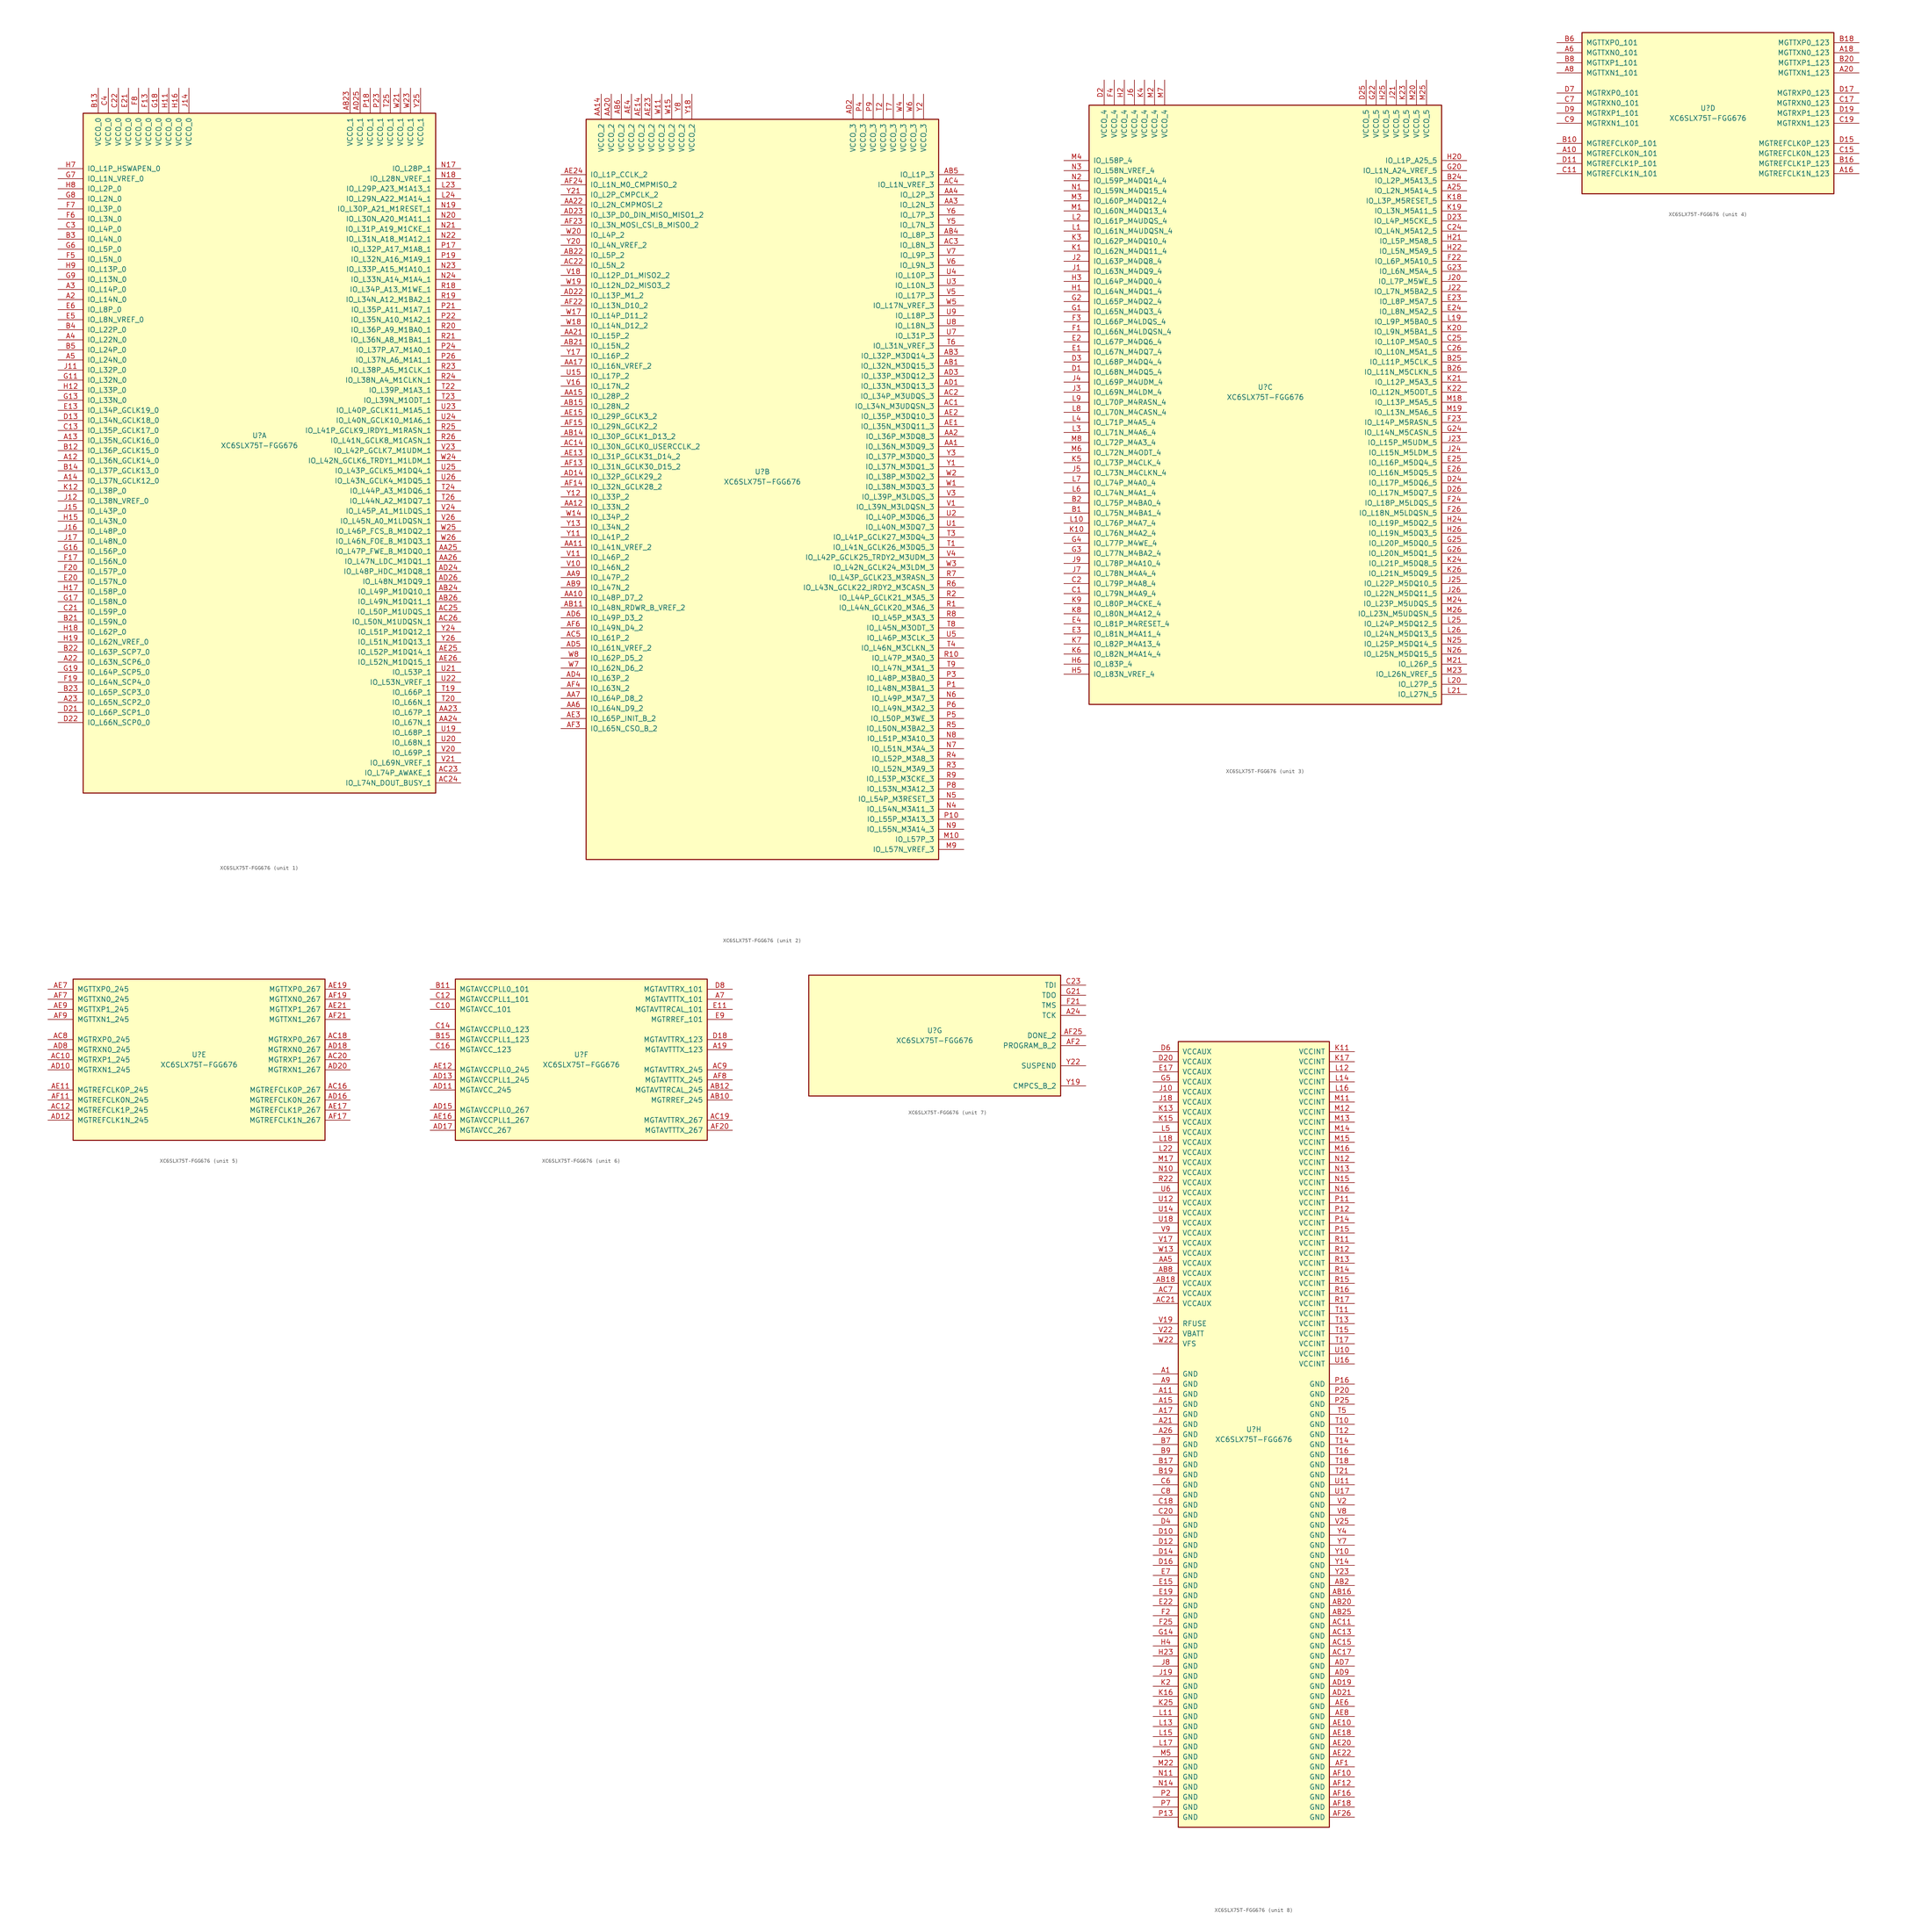
<source format=kicad_sym>
(kicad_symbol_lib
  (version 20201005)
  (generator kicad_symbol_editor)
  (symbol "XC6SLX75T-FGG676"
    (pin_names
      (offset 1.016))
    (property "Reference" "U"
      (at 0 1.27 0)
      (effects (font (size 1.27 1.27))))
    (property "Value" "XC6SLX75T-FGG676"
      (at 0 -1.27 0)
      (effects (font (size 1.27 1.27))))
    (property "Datasheet" ""
      (at 0 0 0)
      (effects (font (size 1.27 1.27))))
    (property "ki_locked" ""
      (at 0 0 0)
      (effects (font (size 1.27 1.27))))
    (symbol "XC6SLX75T-FGG676_1_1"
      (rectangle (start -44.45 82.55) (end 44.45 -88.9) (stroke (width 0.254)) (fill (type background)))
      (pin bidirectional line (at -50.8 -5.08 0) (length 6.35) (name "IO_L36N_GCLK14_0" (effects (font (size 1.27 1.27)))) (number "A12" (effects (font (size 1.27 1.27)))))
      (pin bidirectional line (at -50.8 0 0) (length 6.35) (name "IO_L35N_GCLK16_0" (effects (font (size 1.27 1.27)))) (number "A13" (effects (font (size 1.27 1.27)))))
      (pin bidirectional line (at -50.8 -10.16 0) (length 6.35) (name "IO_L37N_GCLK12_0" (effects (font (size 1.27 1.27)))) (number "A14" (effects (font (size 1.27 1.27)))))
      (pin bidirectional line (at -50.8 35.56 0) (length 6.35) (name "IO_L14N_0" (effects (font (size 1.27 1.27)))) (number "A2" (effects (font (size 1.27 1.27)))))
      (pin bidirectional line (at -50.8 -55.88 0) (length 6.35) (name "IO_L63N_SCP6_0" (effects (font (size 1.27 1.27)))) (number "A22" (effects (font (size 1.27 1.27)))))
      (pin bidirectional line (at -50.8 -66.04 0) (length 6.35) (name "IO_L65N_SCP2_0" (effects (font (size 1.27 1.27)))) (number "A23" (effects (font (size 1.27 1.27)))))
      (pin bidirectional line (at -50.8 38.1 0) (length 6.35) (name "IO_L14P_0" (effects (font (size 1.27 1.27)))) (number "A3" (effects (font (size 1.27 1.27)))))
      (pin bidirectional line (at -50.8 25.4 0) (length 6.35) (name "IO_L22N_0" (effects (font (size 1.27 1.27)))) (number "A4" (effects (font (size 1.27 1.27)))))
      (pin bidirectional line (at -50.8 20.32 0) (length 6.35) (name "IO_L24N_0" (effects (font (size 1.27 1.27)))) (number "A5" (effects (font (size 1.27 1.27)))))
      (pin bidirectional line (at 50.8 -68.58 180) (length 6.35) (name "IO_L67P_1" (effects (font (size 1.27 1.27)))) (number "AA23" (effects (font (size 1.27 1.27)))))
      (pin bidirectional line (at 50.8 -71.12 180) (length 6.35) (name "IO_L67N_1" (effects (font (size 1.27 1.27)))) (number "AA24" (effects (font (size 1.27 1.27)))))
      (pin bidirectional line (at 50.8 -27.94 180) (length 6.35) (name "IO_L47P_FWE_B_M1DQ0_1" (effects (font (size 1.27 1.27)))) (number "AA25" (effects (font (size 1.27 1.27)))))
      (pin bidirectional line (at 50.8 -30.48 180) (length 6.35) (name "IO_L47N_LDC_M1DQ1_1" (effects (font (size 1.27 1.27)))) (number "AA26" (effects (font (size 1.27 1.27)))))
      (pin power_in line (at 22.86 88.9 270) (length 6.35) (name "VCCO_1" (effects (font (size 1.27 1.27)))) (number "AB23" (effects (font (size 1.27 1.27)))))
      (pin bidirectional line (at 50.8 -38.1 180) (length 6.35) (name "IO_L49P_M1DQ10_1" (effects (font (size 1.27 1.27)))) (number "AB24" (effects (font (size 1.27 1.27)))))
      (pin bidirectional line (at 50.8 -40.64 180) (length 6.35) (name "IO_L49N_M1DQ11_1" (effects (font (size 1.27 1.27)))) (number "AB26" (effects (font (size 1.27 1.27)))))
      (pin bidirectional line (at 50.8 -83.82 180) (length 6.35) (name "IO_L74P_AWAKE_1" (effects (font (size 1.27 1.27)))) (number "AC23" (effects (font (size 1.27 1.27)))))
      (pin bidirectional line (at 50.8 -86.36 180) (length 6.35) (name "IO_L74N_DOUT_BUSY_1" (effects (font (size 1.27 1.27)))) (number "AC24" (effects (font (size 1.27 1.27)))))
      (pin bidirectional line (at 50.8 -43.18 180) (length 6.35) (name "IO_L50P_M1UDQS_1" (effects (font (size 1.27 1.27)))) (number "AC25" (effects (font (size 1.27 1.27)))))
      (pin bidirectional line (at 50.8 -45.72 180) (length 6.35) (name "IO_L50N_M1UDQSN_1" (effects (font (size 1.27 1.27)))) (number "AC26" (effects (font (size 1.27 1.27)))))
      (pin bidirectional line (at 50.8 -33.02 180) (length 6.35) (name "IO_L48P_HDC_M1DQ8_1" (effects (font (size 1.27 1.27)))) (number "AD24" (effects (font (size 1.27 1.27)))))
      (pin power_in line (at 25.4 88.9 270) (length 6.35) (name "VCCO_1" (effects (font (size 1.27 1.27)))) (number "AD25" (effects (font (size 1.27 1.27)))))
      (pin bidirectional line (at 50.8 -35.56 180) (length 6.35) (name "IO_L48N_M1DQ9_1" (effects (font (size 1.27 1.27)))) (number "AD26" (effects (font (size 1.27 1.27)))))
      (pin bidirectional line (at 50.8 -53.34 180) (length 6.35) (name "IO_L52P_M1DQ14_1" (effects (font (size 1.27 1.27)))) (number "AE25" (effects (font (size 1.27 1.27)))))
      (pin bidirectional line (at 50.8 -55.88 180) (length 6.35) (name "IO_L52N_M1DQ15_1" (effects (font (size 1.27 1.27)))) (number "AE26" (effects (font (size 1.27 1.27)))))
      (pin bidirectional line (at -50.8 -2.54 0) (length 6.35) (name "IO_L36P_GCLK15_0" (effects (font (size 1.27 1.27)))) (number "B12" (effects (font (size 1.27 1.27)))))
      (pin power_in line (at -40.64 88.9 270) (length 6.35) (name "VCCO_0" (effects (font (size 1.27 1.27)))) (number "B13" (effects (font (size 1.27 1.27)))))
      (pin bidirectional line (at -50.8 -7.62 0) (length 6.35) (name "IO_L37P_GCLK13_0" (effects (font (size 1.27 1.27)))) (number "B14" (effects (font (size 1.27 1.27)))))
      (pin bidirectional line (at -50.8 -45.72 0) (length 6.35) (name "IO_L59N_0" (effects (font (size 1.27 1.27)))) (number "B21" (effects (font (size 1.27 1.27)))))
      (pin bidirectional line (at -50.8 -53.34 0) (length 6.35) (name "IO_L63P_SCP7_0" (effects (font (size 1.27 1.27)))) (number "B22" (effects (font (size 1.27 1.27)))))
      (pin bidirectional line (at -50.8 -63.5 0) (length 6.35) (name "IO_L65P_SCP3_0" (effects (font (size 1.27 1.27)))) (number "B23" (effects (font (size 1.27 1.27)))))
      (pin bidirectional line (at -50.8 50.8 0) (length 6.35) (name "IO_L4N_0" (effects (font (size 1.27 1.27)))) (number "B3" (effects (font (size 1.27 1.27)))))
      (pin bidirectional line (at -50.8 27.94 0) (length 6.35) (name "IO_L22P_0" (effects (font (size 1.27 1.27)))) (number "B4" (effects (font (size 1.27 1.27)))))
      (pin bidirectional line (at -50.8 22.86 0) (length 6.35) (name "IO_L24P_0" (effects (font (size 1.27 1.27)))) (number "B5" (effects (font (size 1.27 1.27)))))
      (pin bidirectional line (at -50.8 2.54 0) (length 6.35) (name "IO_L35P_GCLK17_0" (effects (font (size 1.27 1.27)))) (number "C13" (effects (font (size 1.27 1.27)))))
      (pin bidirectional line (at -50.8 -43.18 0) (length 6.35) (name "IO_L59P_0" (effects (font (size 1.27 1.27)))) (number "C21" (effects (font (size 1.27 1.27)))))
      (pin power_in line (at -35.56 88.9 270) (length 6.35) (name "VCCO_0" (effects (font (size 1.27 1.27)))) (number "C22" (effects (font (size 1.27 1.27)))))
      (pin bidirectional line (at -50.8 53.34 0) (length 6.35) (name "IO_L4P_0" (effects (font (size 1.27 1.27)))) (number "C3" (effects (font (size 1.27 1.27)))))
      (pin power_in line (at -38.1 88.9 270) (length 6.35) (name "VCCO_0" (effects (font (size 1.27 1.27)))) (number "C4" (effects (font (size 1.27 1.27)))))
      (pin bidirectional line (at -50.8 5.08 0) (length 6.35) (name "IO_L34N_GCLK18_0" (effects (font (size 1.27 1.27)))) (number "D13" (effects (font (size 1.27 1.27)))))
      (pin bidirectional line (at -50.8 -68.58 0) (length 6.35) (name "IO_L66P_SCP1_0" (effects (font (size 1.27 1.27)))) (number "D21" (effects (font (size 1.27 1.27)))))
      (pin bidirectional line (at -50.8 -71.12 0) (length 6.35) (name "IO_L66N_SCP0_0" (effects (font (size 1.27 1.27)))) (number "D22" (effects (font (size 1.27 1.27)))))
      (pin bidirectional line (at -50.8 7.62 0) (length 6.35) (name "IO_L34P_GCLK19_0" (effects (font (size 1.27 1.27)))) (number "E13" (effects (font (size 1.27 1.27)))))
      (pin bidirectional line (at -50.8 -35.56 0) (length 6.35) (name "IO_L57N_0" (effects (font (size 1.27 1.27)))) (number "E20" (effects (font (size 1.27 1.27)))))
      (pin power_in line (at -33.02 88.9 270) (length 6.35) (name "VCCO_0" (effects (font (size 1.27 1.27)))) (number "E21" (effects (font (size 1.27 1.27)))))
      (pin bidirectional line (at -50.8 30.48 0) (length 6.35) (name "IO_L8N_VREF_0" (effects (font (size 1.27 1.27)))) (number "E5" (effects (font (size 1.27 1.27)))))
      (pin bidirectional line (at -50.8 33.02 0) (length 6.35) (name "IO_L8P_0" (effects (font (size 1.27 1.27)))) (number "E6" (effects (font (size 1.27 1.27)))))
      (pin power_in line (at -27.94 88.9 270) (length 6.35) (name "VCCO_0" (effects (font (size 1.27 1.27)))) (number "F13" (effects (font (size 1.27 1.27)))))
      (pin bidirectional line (at -50.8 -30.48 0) (length 6.35) (name "IO_L56N_0" (effects (font (size 1.27 1.27)))) (number "F17" (effects (font (size 1.27 1.27)))))
      (pin bidirectional line (at -50.8 -60.96 0) (length 6.35) (name "IO_L64N_SCP4_0" (effects (font (size 1.27 1.27)))) (number "F19" (effects (font (size 1.27 1.27)))))
      (pin bidirectional line (at -50.8 -33.02 0) (length 6.35) (name "IO_L57P_0" (effects (font (size 1.27 1.27)))) (number "F20" (effects (font (size 1.27 1.27)))))
      (pin bidirectional line (at -50.8 45.72 0) (length 6.35) (name "IO_L5N_0" (effects (font (size 1.27 1.27)))) (number "F5" (effects (font (size 1.27 1.27)))))
      (pin bidirectional line (at -50.8 55.88 0) (length 6.35) (name "IO_L3N_0" (effects (font (size 1.27 1.27)))) (number "F6" (effects (font (size 1.27 1.27)))))
      (pin bidirectional line (at -50.8 58.42 0) (length 6.35) (name "IO_L3P_0" (effects (font (size 1.27 1.27)))) (number "F7" (effects (font (size 1.27 1.27)))))
      (pin power_in line (at -30.48 88.9 270) (length 6.35) (name "VCCO_0" (effects (font (size 1.27 1.27)))) (number "F8" (effects (font (size 1.27 1.27)))))
      (pin bidirectional line (at -50.8 15.24 0) (length 6.35) (name "IO_L32N_0" (effects (font (size 1.27 1.27)))) (number "G11" (effects (font (size 1.27 1.27)))))
      (pin bidirectional line (at -50.8 10.16 0) (length 6.35) (name "IO_L33N_0" (effects (font (size 1.27 1.27)))) (number "G13" (effects (font (size 1.27 1.27)))))
      (pin bidirectional line (at -50.8 -27.94 0) (length 6.35) (name "IO_L56P_0" (effects (font (size 1.27 1.27)))) (number "G16" (effects (font (size 1.27 1.27)))))
      (pin bidirectional line (at -50.8 -40.64 0) (length 6.35) (name "IO_L58N_0" (effects (font (size 1.27 1.27)))) (number "G17" (effects (font (size 1.27 1.27)))))
      (pin power_in line (at -25.4 88.9 270) (length 6.35) (name "VCCO_0" (effects (font (size 1.27 1.27)))) (number "G18" (effects (font (size 1.27 1.27)))))
      (pin bidirectional line (at -50.8 -58.42 0) (length 6.35) (name "IO_L64P_SCP5_0" (effects (font (size 1.27 1.27)))) (number "G19" (effects (font (size 1.27 1.27)))))
      (pin bidirectional line (at -50.8 48.26 0) (length 6.35) (name "IO_L5P_0" (effects (font (size 1.27 1.27)))) (number "G6" (effects (font (size 1.27 1.27)))))
      (pin bidirectional line (at -50.8 66.04 0) (length 6.35) (name "IO_L1N_VREF_0" (effects (font (size 1.27 1.27)))) (number "G7" (effects (font (size 1.27 1.27)))))
      (pin bidirectional line (at -50.8 60.96 0) (length 6.35) (name "IO_L2N_0" (effects (font (size 1.27 1.27)))) (number "G8" (effects (font (size 1.27 1.27)))))
      (pin bidirectional line (at -50.8 40.64 0) (length 6.35) (name "IO_L13N_0" (effects (font (size 1.27 1.27)))) (number "G9" (effects (font (size 1.27 1.27)))))
      (pin power_in line (at -22.86 88.9 270) (length 6.35) (name "VCCO_0" (effects (font (size 1.27 1.27)))) (number "H11" (effects (font (size 1.27 1.27)))))
      (pin bidirectional line (at -50.8 12.7 0) (length 6.35) (name "IO_L33P_0" (effects (font (size 1.27 1.27)))) (number "H12" (effects (font (size 1.27 1.27)))))
      (pin bidirectional line (at -50.8 -20.32 0) (length 6.35) (name "IO_L43N_0" (effects (font (size 1.27 1.27)))) (number "H15" (effects (font (size 1.27 1.27)))))
      (pin power_in line (at -20.32 88.9 270) (length 6.35) (name "VCCO_0" (effects (font (size 1.27 1.27)))) (number "H16" (effects (font (size 1.27 1.27)))))
      (pin bidirectional line (at -50.8 -38.1 0) (length 6.35) (name "IO_L58P_0" (effects (font (size 1.27 1.27)))) (number "H17" (effects (font (size 1.27 1.27)))))
      (pin bidirectional line (at -50.8 -48.26 0) (length 6.35) (name "IO_L62P_0" (effects (font (size 1.27 1.27)))) (number "H18" (effects (font (size 1.27 1.27)))))
      (pin bidirectional line (at -50.8 -50.8 0) (length 6.35) (name "IO_L62N_VREF_0" (effects (font (size 1.27 1.27)))) (number "H19" (effects (font (size 1.27 1.27)))))
      (pin bidirectional line (at -50.8 68.58 0) (length 6.35) (name "IO_L1P_HSWAPEN_0" (effects (font (size 1.27 1.27)))) (number "H7" (effects (font (size 1.27 1.27)))))
      (pin bidirectional line (at -50.8 63.5 0) (length 6.35) (name "IO_L2P_0" (effects (font (size 1.27 1.27)))) (number "H8" (effects (font (size 1.27 1.27)))))
      (pin bidirectional line (at -50.8 43.18 0) (length 6.35) (name "IO_L13P_0" (effects (font (size 1.27 1.27)))) (number "H9" (effects (font (size 1.27 1.27)))))
      (pin bidirectional line (at -50.8 17.78 0) (length 6.35) (name "IO_L32P_0" (effects (font (size 1.27 1.27)))) (number "J11" (effects (font (size 1.27 1.27)))))
      (pin bidirectional line (at -50.8 -15.24 0) (length 6.35) (name "IO_L38N_VREF_0" (effects (font (size 1.27 1.27)))) (number "J12" (effects (font (size 1.27 1.27)))))
      (pin power_in line (at -17.78 88.9 270) (length 6.35) (name "VCCO_0" (effects (font (size 1.27 1.27)))) (number "J14" (effects (font (size 1.27 1.27)))))
      (pin bidirectional line (at -50.8 -17.78 0) (length 6.35) (name "IO_L43P_0" (effects (font (size 1.27 1.27)))) (number "J15" (effects (font (size 1.27 1.27)))))
      (pin bidirectional line (at -50.8 -22.86 0) (length 6.35) (name "IO_L48P_0" (effects (font (size 1.27 1.27)))) (number "J16" (effects (font (size 1.27 1.27)))))
      (pin bidirectional line (at -50.8 -25.4 0) (length 6.35) (name "IO_L48N_0" (effects (font (size 1.27 1.27)))) (number "J17" (effects (font (size 1.27 1.27)))))
      (pin bidirectional line (at -50.8 -12.7 0) (length 6.35) (name "IO_L38P_0" (effects (font (size 1.27 1.27)))) (number "K12" (effects (font (size 1.27 1.27)))))
      (pin bidirectional line (at 50.8 63.5 180) (length 6.35) (name "IO_L29P_A23_M1A13_1" (effects (font (size 1.27 1.27)))) (number "L23" (effects (font (size 1.27 1.27)))))
      (pin bidirectional line (at 50.8 60.96 180) (length 6.35) (name "IO_L29N_A22_M1A14_1" (effects (font (size 1.27 1.27)))) (number "L24" (effects (font (size 1.27 1.27)))))
      (pin bidirectional line (at 50.8 68.58 180) (length 6.35) (name "IO_L28P_1" (effects (font (size 1.27 1.27)))) (number "N17" (effects (font (size 1.27 1.27)))))
      (pin bidirectional line (at 50.8 66.04 180) (length 6.35) (name "IO_L28N_VREF_1" (effects (font (size 1.27 1.27)))) (number "N18" (effects (font (size 1.27 1.27)))))
      (pin bidirectional line (at 50.8 58.42 180) (length 6.35) (name "IO_L30P_A21_M1RESET_1" (effects (font (size 1.27 1.27)))) (number "N19" (effects (font (size 1.27 1.27)))))
      (pin bidirectional line (at 50.8 55.88 180) (length 6.35) (name "IO_L30N_A20_M1A11_1" (effects (font (size 1.27 1.27)))) (number "N20" (effects (font (size 1.27 1.27)))))
      (pin bidirectional line (at 50.8 53.34 180) (length 6.35) (name "IO_L31P_A19_M1CKE_1" (effects (font (size 1.27 1.27)))) (number "N21" (effects (font (size 1.27 1.27)))))
      (pin bidirectional line (at 50.8 50.8 180) (length 6.35) (name "IO_L31N_A18_M1A12_1" (effects (font (size 1.27 1.27)))) (number "N22" (effects (font (size 1.27 1.27)))))
      (pin bidirectional line (at 50.8 43.18 180) (length 6.35) (name "IO_L33P_A15_M1A10_1" (effects (font (size 1.27 1.27)))) (number "N23" (effects (font (size 1.27 1.27)))))
      (pin bidirectional line (at 50.8 40.64 180) (length 6.35) (name "IO_L33N_A14_M1A4_1" (effects (font (size 1.27 1.27)))) (number "N24" (effects (font (size 1.27 1.27)))))
      (pin bidirectional line (at 50.8 48.26 180) (length 6.35) (name "IO_L32P_A17_M1A8_1" (effects (font (size 1.27 1.27)))) (number "P17" (effects (font (size 1.27 1.27)))))
      (pin power_in line (at 27.94 88.9 270) (length 6.35) (name "VCCO_1" (effects (font (size 1.27 1.27)))) (number "P18" (effects (font (size 1.27 1.27)))))
      (pin bidirectional line (at 50.8 45.72 180) (length 6.35) (name "IO_L32N_A16_M1A9_1" (effects (font (size 1.27 1.27)))) (number "P19" (effects (font (size 1.27 1.27)))))
      (pin bidirectional line (at 50.8 33.02 180) (length 6.35) (name "IO_L35P_A11_M1A7_1" (effects (font (size 1.27 1.27)))) (number "P21" (effects (font (size 1.27 1.27)))))
      (pin bidirectional line (at 50.8 30.48 180) (length 6.35) (name "IO_L35N_A10_M1A2_1" (effects (font (size 1.27 1.27)))) (number "P22" (effects (font (size 1.27 1.27)))))
      (pin power_in line (at 30.48 88.9 270) (length 6.35) (name "VCCO_1" (effects (font (size 1.27 1.27)))) (number "P23" (effects (font (size 1.27 1.27)))))
      (pin bidirectional line (at 50.8 22.86 180) (length 6.35) (name "IO_L37P_A7_M1A0_1" (effects (font (size 1.27 1.27)))) (number "P24" (effects (font (size 1.27 1.27)))))
      (pin bidirectional line (at 50.8 20.32 180) (length 6.35) (name "IO_L37N_A6_M1A1_1" (effects (font (size 1.27 1.27)))) (number "P26" (effects (font (size 1.27 1.27)))))
      (pin bidirectional line (at 50.8 38.1 180) (length 6.35) (name "IO_L34P_A13_M1WE_1" (effects (font (size 1.27 1.27)))) (number "R18" (effects (font (size 1.27 1.27)))))
      (pin bidirectional line (at 50.8 35.56 180) (length 6.35) (name "IO_L34N_A12_M1BA2_1" (effects (font (size 1.27 1.27)))) (number "R19" (effects (font (size 1.27 1.27)))))
      (pin bidirectional line (at 50.8 27.94 180) (length 6.35) (name "IO_L36P_A9_M1BA0_1" (effects (font (size 1.27 1.27)))) (number "R20" (effects (font (size 1.27 1.27)))))
      (pin bidirectional line (at 50.8 25.4 180) (length 6.35) (name "IO_L36N_A8_M1BA1_1" (effects (font (size 1.27 1.27)))) (number "R21" (effects (font (size 1.27 1.27)))))
      (pin bidirectional line (at 50.8 17.78 180) (length 6.35) (name "IO_L38P_A5_M1CLK_1" (effects (font (size 1.27 1.27)))) (number "R23" (effects (font (size 1.27 1.27)))))
      (pin bidirectional line (at 50.8 15.24 180) (length 6.35) (name "IO_L38N_A4_M1CLKN_1" (effects (font (size 1.27 1.27)))) (number "R24" (effects (font (size 1.27 1.27)))))
      (pin bidirectional line (at 50.8 2.54 180) (length 6.35) (name "IO_L41P_GCLK9_IRDY1_M1RASN_1" (effects (font (size 1.27 1.27)))) (number "R25" (effects (font (size 1.27 1.27)))))
      (pin bidirectional line (at 50.8 0 180) (length 6.35) (name "IO_L41N_GCLK8_M1CASN_1" (effects (font (size 1.27 1.27)))) (number "R26" (effects (font (size 1.27 1.27)))))
      (pin bidirectional line (at 50.8 -63.5 180) (length 6.35) (name "IO_L66P_1" (effects (font (size 1.27 1.27)))) (number "T19" (effects (font (size 1.27 1.27)))))
      (pin bidirectional line (at 50.8 -66.04 180) (length 6.35) (name "IO_L66N_1" (effects (font (size 1.27 1.27)))) (number "T20" (effects (font (size 1.27 1.27)))))
      (pin bidirectional line (at 50.8 12.7 180) (length 6.35) (name "IO_L39P_M1A3_1" (effects (font (size 1.27 1.27)))) (number "T22" (effects (font (size 1.27 1.27)))))
      (pin bidirectional line (at 50.8 10.16 180) (length 6.35) (name "IO_L39N_M1ODT_1" (effects (font (size 1.27 1.27)))) (number "T23" (effects (font (size 1.27 1.27)))))
      (pin bidirectional line (at 50.8 -12.7 180) (length 6.35) (name "IO_L44P_A3_M1DQ6_1" (effects (font (size 1.27 1.27)))) (number "T24" (effects (font (size 1.27 1.27)))))
      (pin power_in line (at 33.02 88.9 270) (length 6.35) (name "VCCO_1" (effects (font (size 1.27 1.27)))) (number "T25" (effects (font (size 1.27 1.27)))))
      (pin bidirectional line (at 50.8 -15.24 180) (length 6.35) (name "IO_L44N_A2_M1DQ7_1" (effects (font (size 1.27 1.27)))) (number "T26" (effects (font (size 1.27 1.27)))))
      (pin bidirectional line (at 50.8 -73.66 180) (length 6.35) (name "IO_L68P_1" (effects (font (size 1.27 1.27)))) (number "U19" (effects (font (size 1.27 1.27)))))
      (pin bidirectional line (at 50.8 -76.2 180) (length 6.35) (name "IO_L68N_1" (effects (font (size 1.27 1.27)))) (number "U20" (effects (font (size 1.27 1.27)))))
      (pin bidirectional line (at 50.8 -58.42 180) (length 6.35) (name "IO_L53P_1" (effects (font (size 1.27 1.27)))) (number "U21" (effects (font (size 1.27 1.27)))))
      (pin bidirectional line (at 50.8 -60.96 180) (length 6.35) (name "IO_L53N_VREF_1" (effects (font (size 1.27 1.27)))) (number "U22" (effects (font (size 1.27 1.27)))))
      (pin bidirectional line (at 50.8 7.62 180) (length 6.35) (name "IO_L40P_GCLK11_M1A5_1" (effects (font (size 1.27 1.27)))) (number "U23" (effects (font (size 1.27 1.27)))))
      (pin bidirectional line (at 50.8 5.08 180) (length 6.35) (name "IO_L40N_GCLK10_M1A6_1" (effects (font (size 1.27 1.27)))) (number "U24" (effects (font (size 1.27 1.27)))))
      (pin bidirectional line (at 50.8 -7.62 180) (length 6.35) (name "IO_L43P_GCLK5_M1DQ4_1" (effects (font (size 1.27 1.27)))) (number "U25" (effects (font (size 1.27 1.27)))))
      (pin bidirectional line (at 50.8 -10.16 180) (length 6.35) (name "IO_L43N_GCLK4_M1DQ5_1" (effects (font (size 1.27 1.27)))) (number "U26" (effects (font (size 1.27 1.27)))))
      (pin bidirectional line (at 50.8 -78.74 180) (length 6.35) (name "IO_L69P_1" (effects (font (size 1.27 1.27)))) (number "V20" (effects (font (size 1.27 1.27)))))
      (pin bidirectional line (at 50.8 -81.28 180) (length 6.35) (name "IO_L69N_VREF_1" (effects (font (size 1.27 1.27)))) (number "V21" (effects (font (size 1.27 1.27)))))
      (pin bidirectional line (at 50.8 -2.54 180) (length 6.35) (name "IO_L42P_GCLK7_M1UDM_1" (effects (font (size 1.27 1.27)))) (number "V23" (effects (font (size 1.27 1.27)))))
      (pin bidirectional line (at 50.8 -17.78 180) (length 6.35) (name "IO_L45P_A1_M1LDQS_1" (effects (font (size 1.27 1.27)))) (number "V24" (effects (font (size 1.27 1.27)))))
      (pin bidirectional line (at 50.8 -20.32 180) (length 6.35) (name "IO_L45N_A0_M1LDQSN_1" (effects (font (size 1.27 1.27)))) (number "V26" (effects (font (size 1.27 1.27)))))
      (pin power_in line (at 35.56 88.9 270) (length 6.35) (name "VCCO_1" (effects (font (size 1.27 1.27)))) (number "W21" (effects (font (size 1.27 1.27)))))
      (pin power_in line (at 38.1 88.9 270) (length 6.35) (name "VCCO_1" (effects (font (size 1.27 1.27)))) (number "W23" (effects (font (size 1.27 1.27)))))
      (pin bidirectional line (at 50.8 -5.08 180) (length 6.35) (name "IO_L42N_GCLK6_TRDY1_M1LDM_1" (effects (font (size 1.27 1.27)))) (number "W24" (effects (font (size 1.27 1.27)))))
      (pin bidirectional line (at 50.8 -22.86 180) (length 6.35) (name "IO_L46P_FCS_B_M1DQ2_1" (effects (font (size 1.27 1.27)))) (number "W25" (effects (font (size 1.27 1.27)))))
      (pin bidirectional line (at 50.8 -25.4 180) (length 6.35) (name "IO_L46N_FOE_B_M1DQ3_1" (effects (font (size 1.27 1.27)))) (number "W26" (effects (font (size 1.27 1.27)))))
      (pin bidirectional line (at 50.8 -48.26 180) (length 6.35) (name "IO_L51P_M1DQ12_1" (effects (font (size 1.27 1.27)))) (number "Y24" (effects (font (size 1.27 1.27)))))
      (pin power_in line (at 40.64 88.9 270) (length 6.35) (name "VCCO_1" (effects (font (size 1.27 1.27)))) (number "Y25" (effects (font (size 1.27 1.27)))))
      (pin bidirectional line (at 50.8 -50.8 180) (length 6.35) (name "IO_L51N_M1DQ13_1" (effects (font (size 1.27 1.27)))) (number "Y26" (effects (font (size 1.27 1.27))))))
    (symbol "XC6SLX75T-FGG676_2_1"
      (rectangle (start -44.45 90.17) (end 44.45 -96.52) (stroke (width 0.254)) (fill (type background)))
      (pin bidirectional line (at 50.8 7.62 180) (length 6.35) (name "IO_L36N_M3DQ9_3" (effects (font (size 1.27 1.27)))) (number "AA1" (effects (font (size 1.27 1.27)))))
      (pin bidirectional line (at -50.8 -30.48 0) (length 6.35) (name "IO_L48P_D7_2" (effects (font (size 1.27 1.27)))) (number "AA10" (effects (font (size 1.27 1.27)))))
      (pin bidirectional line (at -50.8 -17.78 0) (length 6.35) (name "IO_L41N_VREF_2" (effects (font (size 1.27 1.27)))) (number "AA11" (effects (font (size 1.27 1.27)))))
      (pin bidirectional line (at -50.8 -7.62 0) (length 6.35) (name "IO_L33N_2" (effects (font (size 1.27 1.27)))) (number "AA12" (effects (font (size 1.27 1.27)))))
      (pin power_in line (at -40.64 96.52 270) (length 6.35) (name "VCCO_2" (effects (font (size 1.27 1.27)))) (number "AA14" (effects (font (size 1.27 1.27)))))
      (pin bidirectional line (at -50.8 20.32 0) (length 6.35) (name "IO_L28P_2" (effects (font (size 1.27 1.27)))) (number "AA15" (effects (font (size 1.27 1.27)))))
      (pin bidirectional line (at -50.8 27.94 0) (length 6.35) (name "IO_L16N_VREF_2" (effects (font (size 1.27 1.27)))) (number "AA17" (effects (font (size 1.27 1.27)))))
      (pin bidirectional line (at 50.8 10.16 180) (length 6.35) (name "IO_L36P_M3DQ8_3" (effects (font (size 1.27 1.27)))) (number "AA2" (effects (font (size 1.27 1.27)))))
      (pin power_in line (at -38.1 96.52 270) (length 6.35) (name "VCCO_2" (effects (font (size 1.27 1.27)))) (number "AA20" (effects (font (size 1.27 1.27)))))
      (pin bidirectional line (at -50.8 35.56 0) (length 6.35) (name "IO_L15P_2" (effects (font (size 1.27 1.27)))) (number "AA21" (effects (font (size 1.27 1.27)))))
      (pin bidirectional line (at -50.8 68.58 0) (length 6.35) (name "IO_L2N_CMPMOSI_2" (effects (font (size 1.27 1.27)))) (number "AA22" (effects (font (size 1.27 1.27)))))
      (pin bidirectional line (at 50.8 68.58 180) (length 6.35) (name "IO_L2N_3" (effects (font (size 1.27 1.27)))) (number "AA3" (effects (font (size 1.27 1.27)))))
      (pin bidirectional line (at 50.8 71.12 180) (length 6.35) (name "IO_L2P_3" (effects (font (size 1.27 1.27)))) (number "AA4" (effects (font (size 1.27 1.27)))))
      (pin bidirectional line (at -50.8 -58.42 0) (length 6.35) (name "IO_L64N_D9_2" (effects (font (size 1.27 1.27)))) (number "AA6" (effects (font (size 1.27 1.27)))))
      (pin bidirectional line (at -50.8 -55.88 0) (length 6.35) (name "IO_L64P_D8_2" (effects (font (size 1.27 1.27)))) (number "AA7" (effects (font (size 1.27 1.27)))))
      (pin bidirectional line (at -50.8 -25.4 0) (length 6.35) (name "IO_L47P_2" (effects (font (size 1.27 1.27)))) (number "AA9" (effects (font (size 1.27 1.27)))))
      (pin bidirectional line (at 50.8 27.94 180) (length 6.35) (name "IO_L32N_M3DQ15_3" (effects (font (size 1.27 1.27)))) (number "AB1" (effects (font (size 1.27 1.27)))))
      (pin bidirectional line (at -50.8 -33.02 0) (length 6.35) (name "IO_L48N_RDWR_B_VREF_2" (effects (font (size 1.27 1.27)))) (number "AB11" (effects (font (size 1.27 1.27)))))
      (pin bidirectional line (at -50.8 10.16 0) (length 6.35) (name "IO_L30P_GCLK1_D13_2" (effects (font (size 1.27 1.27)))) (number "AB14" (effects (font (size 1.27 1.27)))))
      (pin bidirectional line (at -50.8 17.78 0) (length 6.35) (name "IO_L28N_2" (effects (font (size 1.27 1.27)))) (number "AB15" (effects (font (size 1.27 1.27)))))
      (pin bidirectional line (at -50.8 33.02 0) (length 6.35) (name "IO_L15N_2" (effects (font (size 1.27 1.27)))) (number "AB21" (effects (font (size 1.27 1.27)))))
      (pin bidirectional line (at -50.8 55.88 0) (length 6.35) (name "IO_L5P_2" (effects (font (size 1.27 1.27)))) (number "AB22" (effects (font (size 1.27 1.27)))))
      (pin bidirectional line (at 50.8 30.48 180) (length 6.35) (name "IO_L32P_M3DQ14_3" (effects (font (size 1.27 1.27)))) (number "AB3" (effects (font (size 1.27 1.27)))))
      (pin bidirectional line (at 50.8 60.96 180) (length 6.35) (name "IO_L8P_3" (effects (font (size 1.27 1.27)))) (number "AB4" (effects (font (size 1.27 1.27)))))
      (pin bidirectional line (at 50.8 76.2 180) (length 6.35) (name "IO_L1P_3" (effects (font (size 1.27 1.27)))) (number "AB5" (effects (font (size 1.27 1.27)))))
      (pin power_in line (at -35.56 96.52 270) (length 6.35) (name "VCCO_2" (effects (font (size 1.27 1.27)))) (number "AB6" (effects (font (size 1.27 1.27)))))
      (pin bidirectional line (at -50.8 -27.94 0) (length 6.35) (name "IO_L47N_2" (effects (font (size 1.27 1.27)))) (number "AB9" (effects (font (size 1.27 1.27)))))
      (pin bidirectional line (at 50.8 17.78 180) (length 6.35) (name "IO_L34N_M3UDQSN_3" (effects (font (size 1.27 1.27)))) (number "AC1" (effects (font (size 1.27 1.27)))))
      (pin bidirectional line (at -50.8 7.62 0) (length 6.35) (name "IO_L30N_GCLK0_USERCCLK_2" (effects (font (size 1.27 1.27)))) (number "AC14" (effects (font (size 1.27 1.27)))))
      (pin bidirectional line (at 50.8 20.32 180) (length 6.35) (name "IO_L34P_M3UDQS_3" (effects (font (size 1.27 1.27)))) (number "AC2" (effects (font (size 1.27 1.27)))))
      (pin bidirectional line (at -50.8 53.34 0) (length 6.35) (name "IO_L5N_2" (effects (font (size 1.27 1.27)))) (number "AC22" (effects (font (size 1.27 1.27)))))
      (pin bidirectional line (at 50.8 58.42 180) (length 6.35) (name "IO_L8N_3" (effects (font (size 1.27 1.27)))) (number "AC3" (effects (font (size 1.27 1.27)))))
      (pin bidirectional line (at 50.8 73.66 180) (length 6.35) (name "IO_L1N_VREF_3" (effects (font (size 1.27 1.27)))) (number "AC4" (effects (font (size 1.27 1.27)))))
      (pin bidirectional line (at -50.8 -40.64 0) (length 6.35) (name "IO_L61P_2" (effects (font (size 1.27 1.27)))) (number "AC5" (effects (font (size 1.27 1.27)))))
      (pin bidirectional line (at 50.8 22.86 180) (length 6.35) (name "IO_L33N_M3DQ13_3" (effects (font (size 1.27 1.27)))) (number "AD1" (effects (font (size 1.27 1.27)))))
      (pin bidirectional line (at -50.8 0 0) (length 6.35) (name "IO_L32P_GCLK29_2" (effects (font (size 1.27 1.27)))) (number "AD14" (effects (font (size 1.27 1.27)))))
      (pin power_in line (at 22.86 96.52 270) (length 6.35) (name "VCCO_3" (effects (font (size 1.27 1.27)))) (number "AD2" (effects (font (size 1.27 1.27)))))
      (pin bidirectional line (at -50.8 45.72 0) (length 6.35) (name "IO_L13P_M1_2" (effects (font (size 1.27 1.27)))) (number "AD22" (effects (font (size 1.27 1.27)))))
      (pin bidirectional line (at -50.8 66.04 0) (length 6.35) (name "IO_L3P_D0_DIN_MISO_MISO1_2" (effects (font (size 1.27 1.27)))) (number "AD23" (effects (font (size 1.27 1.27)))))
      (pin bidirectional line (at 50.8 25.4 180) (length 6.35) (name "IO_L33P_M3DQ12_3" (effects (font (size 1.27 1.27)))) (number "AD3" (effects (font (size 1.27 1.27)))))
      (pin bidirectional line (at -50.8 -50.8 0) (length 6.35) (name "IO_L63P_2" (effects (font (size 1.27 1.27)))) (number "AD4" (effects (font (size 1.27 1.27)))))
      (pin bidirectional line (at -50.8 -43.18 0) (length 6.35) (name "IO_L61N_VREF_2" (effects (font (size 1.27 1.27)))) (number "AD5" (effects (font (size 1.27 1.27)))))
      (pin bidirectional line (at -50.8 -35.56 0) (length 6.35) (name "IO_L49P_D3_2" (effects (font (size 1.27 1.27)))) (number "AD6" (effects (font (size 1.27 1.27)))))
      (pin bidirectional line (at 50.8 12.7 180) (length 6.35) (name "IO_L35N_M3DQ11_3" (effects (font (size 1.27 1.27)))) (number "AE1" (effects (font (size 1.27 1.27)))))
      (pin bidirectional line (at -50.8 5.08 0) (length 6.35) (name "IO_L31P_GCLK31_D14_2" (effects (font (size 1.27 1.27)))) (number "AE13" (effects (font (size 1.27 1.27)))))
      (pin power_in line (at -30.48 96.52 270) (length 6.35) (name "VCCO_2" (effects (font (size 1.27 1.27)))) (number "AE14" (effects (font (size 1.27 1.27)))))
      (pin bidirectional line (at -50.8 15.24 0) (length 6.35) (name "IO_L29P_GCLK3_2" (effects (font (size 1.27 1.27)))) (number "AE15" (effects (font (size 1.27 1.27)))))
      (pin bidirectional line (at 50.8 15.24 180) (length 6.35) (name "IO_L35P_M3DQ10_3" (effects (font (size 1.27 1.27)))) (number "AE2" (effects (font (size 1.27 1.27)))))
      (pin power_in line (at -27.94 96.52 270) (length 6.35) (name "VCCO_2" (effects (font (size 1.27 1.27)))) (number "AE23" (effects (font (size 1.27 1.27)))))
      (pin bidirectional line (at -50.8 76.2 0) (length 6.35) (name "IO_L1P_CCLK_2" (effects (font (size 1.27 1.27)))) (number "AE24" (effects (font (size 1.27 1.27)))))
      (pin bidirectional line (at -50.8 -60.96 0) (length 6.35) (name "IO_L65P_INIT_B_2" (effects (font (size 1.27 1.27)))) (number "AE3" (effects (font (size 1.27 1.27)))))
      (pin power_in line (at -33.02 96.52 270) (length 6.35) (name "VCCO_2" (effects (font (size 1.27 1.27)))) (number "AE4" (effects (font (size 1.27 1.27)))))
      (pin bidirectional line (at -50.8 2.54 0) (length 6.35) (name "IO_L31N_GCLK30_D15_2" (effects (font (size 1.27 1.27)))) (number "AF13" (effects (font (size 1.27 1.27)))))
      (pin bidirectional line (at -50.8 -2.54 0) (length 6.35) (name "IO_L32N_GCLK28_2" (effects (font (size 1.27 1.27)))) (number "AF14" (effects (font (size 1.27 1.27)))))
      (pin bidirectional line (at -50.8 12.7 0) (length 6.35) (name "IO_L29N_GCLK2_2" (effects (font (size 1.27 1.27)))) (number "AF15" (effects (font (size 1.27 1.27)))))
      (pin bidirectional line (at -50.8 43.18 0) (length 6.35) (name "IO_L13N_D10_2" (effects (font (size 1.27 1.27)))) (number "AF22" (effects (font (size 1.27 1.27)))))
      (pin bidirectional line (at -50.8 63.5 0) (length 6.35) (name "IO_L3N_MOSI_CSI_B_MISO0_2" (effects (font (size 1.27 1.27)))) (number "AF23" (effects (font (size 1.27 1.27)))))
      (pin bidirectional line (at -50.8 73.66 0) (length 6.35) (name "IO_L1N_M0_CMPMISO_2" (effects (font (size 1.27 1.27)))) (number "AF24" (effects (font (size 1.27 1.27)))))
      (pin bidirectional line (at -50.8 -63.5 0) (length 6.35) (name "IO_L65N_CSO_B_2" (effects (font (size 1.27 1.27)))) (number "AF3" (effects (font (size 1.27 1.27)))))
      (pin bidirectional line (at -50.8 -53.34 0) (length 6.35) (name "IO_L63N_2" (effects (font (size 1.27 1.27)))) (number "AF4" (effects (font (size 1.27 1.27)))))
      (pin bidirectional line (at -50.8 -38.1 0) (length 6.35) (name "IO_L49N_D4_2" (effects (font (size 1.27 1.27)))) (number "AF6" (effects (font (size 1.27 1.27)))))
      (pin bidirectional line (at 50.8 -91.44 180) (length 6.35) (name "IO_L57P_3" (effects (font (size 1.27 1.27)))) (number "M10" (effects (font (size 1.27 1.27)))))
      (pin bidirectional line (at 50.8 -93.98 180) (length 6.35) (name "IO_L57N_VREF_3" (effects (font (size 1.27 1.27)))) (number "M9" (effects (font (size 1.27 1.27)))))
      (pin bidirectional line (at 50.8 -83.82 180) (length 6.35) (name "IO_L54N_M3A11_3" (effects (font (size 1.27 1.27)))) (number "N4" (effects (font (size 1.27 1.27)))))
      (pin bidirectional line (at 50.8 -81.28 180) (length 6.35) (name "IO_L54P_M3RESET_3" (effects (font (size 1.27 1.27)))) (number "N5" (effects (font (size 1.27 1.27)))))
      (pin bidirectional line (at 50.8 -55.88 180) (length 6.35) (name "IO_L49P_M3A7_3" (effects (font (size 1.27 1.27)))) (number "N6" (effects (font (size 1.27 1.27)))))
      (pin bidirectional line (at 50.8 -68.58 180) (length 6.35) (name "IO_L51N_M3A4_3" (effects (font (size 1.27 1.27)))) (number "N7" (effects (font (size 1.27 1.27)))))
      (pin bidirectional line (at 50.8 -66.04 180) (length 6.35) (name "IO_L51P_M3A10_3" (effects (font (size 1.27 1.27)))) (number "N8" (effects (font (size 1.27 1.27)))))
      (pin bidirectional line (at 50.8 -88.9 180) (length 6.35) (name "IO_L55N_M3A14_3" (effects (font (size 1.27 1.27)))) (number "N9" (effects (font (size 1.27 1.27)))))
      (pin bidirectional line (at 50.8 -53.34 180) (length 6.35) (name "IO_L48N_M3BA1_3" (effects (font (size 1.27 1.27)))) (number "P1" (effects (font (size 1.27 1.27)))))
      (pin bidirectional line (at 50.8 -86.36 180) (length 6.35) (name "IO_L55P_M3A13_3" (effects (font (size 1.27 1.27)))) (number "P10" (effects (font (size 1.27 1.27)))))
      (pin bidirectional line (at 50.8 -50.8 180) (length 6.35) (name "IO_L48P_M3BA0_3" (effects (font (size 1.27 1.27)))) (number "P3" (effects (font (size 1.27 1.27)))))
      (pin power_in line (at 25.4 96.52 270) (length 6.35) (name "VCCO_3" (effects (font (size 1.27 1.27)))) (number "P4" (effects (font (size 1.27 1.27)))))
      (pin bidirectional line (at 50.8 -60.96 180) (length 6.35) (name "IO_L50P_M3WE_3" (effects (font (size 1.27 1.27)))) (number "P5" (effects (font (size 1.27 1.27)))))
      (pin bidirectional line (at 50.8 -58.42 180) (length 6.35) (name "IO_L49N_M3A2_3" (effects (font (size 1.27 1.27)))) (number "P6" (effects (font (size 1.27 1.27)))))
      (pin bidirectional line (at 50.8 -78.74 180) (length 6.35) (name "IO_L53N_M3A12_3" (effects (font (size 1.27 1.27)))) (number "P8" (effects (font (size 1.27 1.27)))))
      (pin power_in line (at 27.94 96.52 270) (length 6.35) (name "VCCO_3" (effects (font (size 1.27 1.27)))) (number "P9" (effects (font (size 1.27 1.27)))))
      (pin bidirectional line (at 50.8 -33.02 180) (length 6.35) (name "IO_L44N_GCLK20_M3A6_3" (effects (font (size 1.27 1.27)))) (number "R1" (effects (font (size 1.27 1.27)))))
      (pin bidirectional line (at 50.8 -45.72 180) (length 6.35) (name "IO_L47P_M3A0_3" (effects (font (size 1.27 1.27)))) (number "R10" (effects (font (size 1.27 1.27)))))
      (pin bidirectional line (at 50.8 -30.48 180) (length 6.35) (name "IO_L44P_GCLK21_M3A5_3" (effects (font (size 1.27 1.27)))) (number "R2" (effects (font (size 1.27 1.27)))))
      (pin bidirectional line (at 50.8 -73.66 180) (length 6.35) (name "IO_L52N_M3A9_3" (effects (font (size 1.27 1.27)))) (number "R3" (effects (font (size 1.27 1.27)))))
      (pin bidirectional line (at 50.8 -71.12 180) (length 6.35) (name "IO_L52P_M3A8_3" (effects (font (size 1.27 1.27)))) (number "R4" (effects (font (size 1.27 1.27)))))
      (pin bidirectional line (at 50.8 -63.5 180) (length 6.35) (name "IO_L50N_M3BA2_3" (effects (font (size 1.27 1.27)))) (number "R5" (effects (font (size 1.27 1.27)))))
      (pin bidirectional line (at 50.8 -27.94 180) (length 6.35) (name "IO_L43N_GCLK22_IRDY2_M3CASN_3" (effects (font (size 1.27 1.27)))) (number "R6" (effects (font (size 1.27 1.27)))))
      (pin bidirectional line (at 50.8 -25.4 180) (length 6.35) (name "IO_L43P_GCLK23_M3RASN_3" (effects (font (size 1.27 1.27)))) (number "R7" (effects (font (size 1.27 1.27)))))
      (pin bidirectional line (at 50.8 -35.56 180) (length 6.35) (name "IO_L45P_M3A3_3" (effects (font (size 1.27 1.27)))) (number "R8" (effects (font (size 1.27 1.27)))))
      (pin bidirectional line (at 50.8 -76.2 180) (length 6.35) (name "IO_L53P_M3CKE_3" (effects (font (size 1.27 1.27)))) (number "R9" (effects (font (size 1.27 1.27)))))
      (pin bidirectional line (at 50.8 -17.78 180) (length 6.35) (name "IO_L41N_GCLK26_M3DQ5_3" (effects (font (size 1.27 1.27)))) (number "T1" (effects (font (size 1.27 1.27)))))
      (pin power_in line (at 30.48 96.52 270) (length 6.35) (name "VCCO_3" (effects (font (size 1.27 1.27)))) (number "T2" (effects (font (size 1.27 1.27)))))
      (pin bidirectional line (at 50.8 -15.24 180) (length 6.35) (name "IO_L41P_GCLK27_M3DQ4_3" (effects (font (size 1.27 1.27)))) (number "T3" (effects (font (size 1.27 1.27)))))
      (pin bidirectional line (at 50.8 -43.18 180) (length 6.35) (name "IO_L46N_M3CLKN_3" (effects (font (size 1.27 1.27)))) (number "T4" (effects (font (size 1.27 1.27)))))
      (pin bidirectional line (at 50.8 33.02 180) (length 6.35) (name "IO_L31N_VREF_3" (effects (font (size 1.27 1.27)))) (number "T6" (effects (font (size 1.27 1.27)))))
      (pin power_in line (at 33.02 96.52 270) (length 6.35) (name "VCCO_3" (effects (font (size 1.27 1.27)))) (number "T7" (effects (font (size 1.27 1.27)))))
      (pin bidirectional line (at 50.8 -38.1 180) (length 6.35) (name "IO_L45N_M3ODT_3" (effects (font (size 1.27 1.27)))) (number "T8" (effects (font (size 1.27 1.27)))))
      (pin bidirectional line (at 50.8 -48.26 180) (length 6.35) (name "IO_L47N_M3A1_3" (effects (font (size 1.27 1.27)))) (number "T9" (effects (font (size 1.27 1.27)))))
      (pin bidirectional line (at 50.8 -12.7 180) (length 6.35) (name "IO_L40N_M3DQ7_3" (effects (font (size 1.27 1.27)))) (number "U1" (effects (font (size 1.27 1.27)))))
      (pin bidirectional line (at -50.8 25.4 0) (length 6.35) (name "IO_L17P_2" (effects (font (size 1.27 1.27)))) (number "U15" (effects (font (size 1.27 1.27)))))
      (pin bidirectional line (at 50.8 -10.16 180) (length 6.35) (name "IO_L40P_M3DQ6_3" (effects (font (size 1.27 1.27)))) (number "U2" (effects (font (size 1.27 1.27)))))
      (pin bidirectional line (at 50.8 48.26 180) (length 6.35) (name "IO_L10N_3" (effects (font (size 1.27 1.27)))) (number "U3" (effects (font (size 1.27 1.27)))))
      (pin bidirectional line (at 50.8 50.8 180) (length 6.35) (name "IO_L10P_3" (effects (font (size 1.27 1.27)))) (number "U4" (effects (font (size 1.27 1.27)))))
      (pin bidirectional line (at 50.8 -40.64 180) (length 6.35) (name "IO_L46P_M3CLK_3" (effects (font (size 1.27 1.27)))) (number "U5" (effects (font (size 1.27 1.27)))))
      (pin bidirectional line (at 50.8 35.56 180) (length 6.35) (name "IO_L31P_3" (effects (font (size 1.27 1.27)))) (number "U7" (effects (font (size 1.27 1.27)))))
      (pin bidirectional line (at 50.8 38.1 180) (length 6.35) (name "IO_L18N_3" (effects (font (size 1.27 1.27)))) (number "U8" (effects (font (size 1.27 1.27)))))
      (pin bidirectional line (at 50.8 40.64 180) (length 6.35) (name "IO_L18P_3" (effects (font (size 1.27 1.27)))) (number "U9" (effects (font (size 1.27 1.27)))))
      (pin bidirectional line (at 50.8 -7.62 180) (length 6.35) (name "IO_L39N_M3LDQSN_3" (effects (font (size 1.27 1.27)))) (number "V1" (effects (font (size 1.27 1.27)))))
      (pin bidirectional line (at -50.8 -22.86 0) (length 6.35) (name "IO_L46N_2" (effects (font (size 1.27 1.27)))) (number "V10" (effects (font (size 1.27 1.27)))))
      (pin bidirectional line (at -50.8 -20.32 0) (length 6.35) (name "IO_L46P_2" (effects (font (size 1.27 1.27)))) (number "V11" (effects (font (size 1.27 1.27)))))
      (pin bidirectional line (at -50.8 22.86 0) (length 6.35) (name "IO_L17N_2" (effects (font (size 1.27 1.27)))) (number "V16" (effects (font (size 1.27 1.27)))))
      (pin bidirectional line (at -50.8 50.8 0) (length 6.35) (name "IO_L12P_D1_MISO2_2" (effects (font (size 1.27 1.27)))) (number "V18" (effects (font (size 1.27 1.27)))))
      (pin bidirectional line (at 50.8 -5.08 180) (length 6.35) (name "IO_L39P_M3LDQS_3" (effects (font (size 1.27 1.27)))) (number "V3" (effects (font (size 1.27 1.27)))))
      (pin bidirectional line (at 50.8 -20.32 180) (length 6.35) (name "IO_L42P_GCLK25_TRDY2_M3UDM_3" (effects (font (size 1.27 1.27)))) (number "V4" (effects (font (size 1.27 1.27)))))
      (pin bidirectional line (at 50.8 45.72 180) (length 6.35) (name "IO_L17P_3" (effects (font (size 1.27 1.27)))) (number "V5" (effects (font (size 1.27 1.27)))))
      (pin bidirectional line (at 50.8 53.34 180) (length 6.35) (name "IO_L9N_3" (effects (font (size 1.27 1.27)))) (number "V6" (effects (font (size 1.27 1.27)))))
      (pin bidirectional line (at 50.8 55.88 180) (length 6.35) (name "IO_L9P_3" (effects (font (size 1.27 1.27)))) (number "V7" (effects (font (size 1.27 1.27)))))
      (pin bidirectional line (at 50.8 -2.54 180) (length 6.35) (name "IO_L38N_M3DQ3_3" (effects (font (size 1.27 1.27)))) (number "W1" (effects (font (size 1.27 1.27)))))
      (pin power_in line (at -25.4 96.52 270) (length 6.35) (name "VCCO_2" (effects (font (size 1.27 1.27)))) (number "W11" (effects (font (size 1.27 1.27)))))
      (pin bidirectional line (at -50.8 -10.16 0) (length 6.35) (name "IO_L34P_2" (effects (font (size 1.27 1.27)))) (number "W14" (effects (font (size 1.27 1.27)))))
      (pin power_in line (at -22.86 96.52 270) (length 6.35) (name "VCCO_2" (effects (font (size 1.27 1.27)))) (number "W15" (effects (font (size 1.27 1.27)))))
      (pin bidirectional line (at -50.8 40.64 0) (length 6.35) (name "IO_L14P_D11_2" (effects (font (size 1.27 1.27)))) (number "W17" (effects (font (size 1.27 1.27)))))
      (pin bidirectional line (at -50.8 38.1 0) (length 6.35) (name "IO_L14N_D12_2" (effects (font (size 1.27 1.27)))) (number "W18" (effects (font (size 1.27 1.27)))))
      (pin bidirectional line (at -50.8 48.26 0) (length 6.35) (name "IO_L12N_D2_MISO3_2" (effects (font (size 1.27 1.27)))) (number "W19" (effects (font (size 1.27 1.27)))))
      (pin bidirectional line (at 50.8 0 180) (length 6.35) (name "IO_L38P_M3DQ2_3" (effects (font (size 1.27 1.27)))) (number "W2" (effects (font (size 1.27 1.27)))))
      (pin bidirectional line (at -50.8 60.96 0) (length 6.35) (name "IO_L4P_2" (effects (font (size 1.27 1.27)))) (number "W20" (effects (font (size 1.27 1.27)))))
      (pin bidirectional line (at 50.8 -22.86 180) (length 6.35) (name "IO_L42N_GCLK24_M3LDM_3" (effects (font (size 1.27 1.27)))) (number "W3" (effects (font (size 1.27 1.27)))))
      (pin power_in line (at 35.56 96.52 270) (length 6.35) (name "VCCO_3" (effects (font (size 1.27 1.27)))) (number "W4" (effects (font (size 1.27 1.27)))))
      (pin bidirectional line (at 50.8 43.18 180) (length 6.35) (name "IO_L17N_VREF_3" (effects (font (size 1.27 1.27)))) (number "W5" (effects (font (size 1.27 1.27)))))
      (pin power_in line (at 38.1 96.52 270) (length 6.35) (name "VCCO_3" (effects (font (size 1.27 1.27)))) (number "W6" (effects (font (size 1.27 1.27)))))
      (pin bidirectional line (at -50.8 -48.26 0) (length 6.35) (name "IO_L62N_D6_2" (effects (font (size 1.27 1.27)))) (number "W7" (effects (font (size 1.27 1.27)))))
      (pin bidirectional line (at -50.8 -45.72 0) (length 6.35) (name "IO_L62P_D5_2" (effects (font (size 1.27 1.27)))) (number "W8" (effects (font (size 1.27 1.27)))))
      (pin bidirectional line (at 50.8 2.54 180) (length 6.35) (name "IO_L37N_M3DQ1_3" (effects (font (size 1.27 1.27)))) (number "Y1" (effects (font (size 1.27 1.27)))))
      (pin bidirectional line (at -50.8 -15.24 0) (length 6.35) (name "IO_L41P_2" (effects (font (size 1.27 1.27)))) (number "Y11" (effects (font (size 1.27 1.27)))))
      (pin bidirectional line (at -50.8 -5.08 0) (length 6.35) (name "IO_L33P_2" (effects (font (size 1.27 1.27)))) (number "Y12" (effects (font (size 1.27 1.27)))))
      (pin bidirectional line (at -50.8 -12.7 0) (length 6.35) (name "IO_L34N_2" (effects (font (size 1.27 1.27)))) (number "Y13" (effects (font (size 1.27 1.27)))))
      (pin bidirectional line (at -50.8 30.48 0) (length 6.35) (name "IO_L16P_2" (effects (font (size 1.27 1.27)))) (number "Y17" (effects (font (size 1.27 1.27)))))
      (pin power_in line (at -17.78 96.52 270) (length 6.35) (name "VCCO_2" (effects (font (size 1.27 1.27)))) (number "Y18" (effects (font (size 1.27 1.27)))))
      (pin power_in line (at 40.64 96.52 270) (length 6.35) (name "VCCO_3" (effects (font (size 1.27 1.27)))) (number "Y2" (effects (font (size 1.27 1.27)))))
      (pin bidirectional line (at -50.8 58.42 0) (length 6.35) (name "IO_L4N_VREF_2" (effects (font (size 1.27 1.27)))) (number "Y20" (effects (font (size 1.27 1.27)))))
      (pin bidirectional line (at -50.8 71.12 0) (length 6.35) (name "IO_L2P_CMPCLK_2" (effects (font (size 1.27 1.27)))) (number "Y21" (effects (font (size 1.27 1.27)))))
      (pin bidirectional line (at 50.8 5.08 180) (length 6.35) (name "IO_L37P_M3DQ0_3" (effects (font (size 1.27 1.27)))) (number "Y3" (effects (font (size 1.27 1.27)))))
      (pin bidirectional line (at 50.8 63.5 180) (length 6.35) (name "IO_L7N_3" (effects (font (size 1.27 1.27)))) (number "Y5" (effects (font (size 1.27 1.27)))))
      (pin bidirectional line (at 50.8 66.04 180) (length 6.35) (name "IO_L7P_3" (effects (font (size 1.27 1.27)))) (number "Y6" (effects (font (size 1.27 1.27)))))
      (pin power_in line (at -20.32 96.52 270) (length 6.35) (name "VCCO_2" (effects (font (size 1.27 1.27)))) (number "Y8" (effects (font (size 1.27 1.27))))))
    (symbol "XC6SLX75T-FGG676_3_1"
      (rectangle (start -44.45 72.39) (end 44.45 -78.74) (stroke (width 0.254)) (fill (type background)))
      (pin bidirectional line (at 50.8 50.8 180) (length 6.35) (name "IO_L2N_M5A14_5" (effects (font (size 1.27 1.27)))) (number "A25" (effects (font (size 1.27 1.27)))))
      (pin bidirectional line (at -50.8 -30.48 0) (length 6.35) (name "IO_L75N_M4BA1_4" (effects (font (size 1.27 1.27)))) (number "B1" (effects (font (size 1.27 1.27)))))
      (pin bidirectional line (at -50.8 -27.94 0) (length 6.35) (name "IO_L75P_M4BA0_4" (effects (font (size 1.27 1.27)))) (number "B2" (effects (font (size 1.27 1.27)))))
      (pin bidirectional line (at 50.8 53.34 180) (length 6.35) (name "IO_L2P_M5A13_5" (effects (font (size 1.27 1.27)))) (number "B24" (effects (font (size 1.27 1.27)))))
      (pin bidirectional line (at 50.8 7.62 180) (length 6.35) (name "IO_L11P_M5CLK_5" (effects (font (size 1.27 1.27)))) (number "B25" (effects (font (size 1.27 1.27)))))
      (pin bidirectional line (at 50.8 5.08 180) (length 6.35) (name "IO_L11N_M5CLKN_5" (effects (font (size 1.27 1.27)))) (number "B26" (effects (font (size 1.27 1.27)))))
      (pin bidirectional line (at -50.8 -50.8 0) (length 6.35) (name "IO_L79N_M4A9_4" (effects (font (size 1.27 1.27)))) (number "C1" (effects (font (size 1.27 1.27)))))
      (pin bidirectional line (at -50.8 -48.26 0) (length 6.35) (name "IO_L79P_M4A8_4" (effects (font (size 1.27 1.27)))) (number "C2" (effects (font (size 1.27 1.27)))))
      (pin bidirectional line (at 50.8 40.64 180) (length 6.35) (name "IO_L4N_M5A12_5" (effects (font (size 1.27 1.27)))) (number "C24" (effects (font (size 1.27 1.27)))))
      (pin bidirectional line (at 50.8 12.7 180) (length 6.35) (name "IO_L10P_M5A0_5" (effects (font (size 1.27 1.27)))) (number "C25" (effects (font (size 1.27 1.27)))))
      (pin bidirectional line (at 50.8 10.16 180) (length 6.35) (name "IO_L10N_M5A1_5" (effects (font (size 1.27 1.27)))) (number "C26" (effects (font (size 1.27 1.27)))))
      (pin bidirectional line (at -50.8 5.08 0) (length 6.35) (name "IO_L68N_M4DQ5_4" (effects (font (size 1.27 1.27)))) (number "D1" (effects (font (size 1.27 1.27)))))
      (pin power_in line (at -40.64 78.74 270) (length 6.35) (name "VCCO_4" (effects (font (size 1.27 1.27)))) (number "D2" (effects (font (size 1.27 1.27)))))
      (pin bidirectional line (at 50.8 43.18 180) (length 6.35) (name "IO_L4P_M5CKE_5" (effects (font (size 1.27 1.27)))) (number "D23" (effects (font (size 1.27 1.27)))))
      (pin bidirectional line (at 50.8 -22.86 180) (length 6.35) (name "IO_L17P_M5DQ6_5" (effects (font (size 1.27 1.27)))) (number "D24" (effects (font (size 1.27 1.27)))))
      (pin power_in line (at 25.4 78.74 270) (length 6.35) (name "VCCO_5" (effects (font (size 1.27 1.27)))) (number "D25" (effects (font (size 1.27 1.27)))))
      (pin bidirectional line (at 50.8 -25.4 180) (length 6.35) (name "IO_L17N_M5DQ7_5" (effects (font (size 1.27 1.27)))) (number "D26" (effects (font (size 1.27 1.27)))))
      (pin bidirectional line (at -50.8 7.62 0) (length 6.35) (name "IO_L68P_M4DQ4_4" (effects (font (size 1.27 1.27)))) (number "D3" (effects (font (size 1.27 1.27)))))
      (pin bidirectional line (at -50.8 10.16 0) (length 6.35) (name "IO_L67N_M4DQ7_4" (effects (font (size 1.27 1.27)))) (number "E1" (effects (font (size 1.27 1.27)))))
      (pin bidirectional line (at -50.8 12.7 0) (length 6.35) (name "IO_L67P_M4DQ6_4" (effects (font (size 1.27 1.27)))) (number "E2" (effects (font (size 1.27 1.27)))))
      (pin bidirectional line (at 50.8 22.86 180) (length 6.35) (name "IO_L8P_M5A7_5" (effects (font (size 1.27 1.27)))) (number "E23" (effects (font (size 1.27 1.27)))))
      (pin bidirectional line (at 50.8 20.32 180) (length 6.35) (name "IO_L8N_M5A2_5" (effects (font (size 1.27 1.27)))) (number "E24" (effects (font (size 1.27 1.27)))))
      (pin bidirectional line (at 50.8 -17.78 180) (length 6.35) (name "IO_L16P_M5DQ4_5" (effects (font (size 1.27 1.27)))) (number "E25" (effects (font (size 1.27 1.27)))))
      (pin bidirectional line (at 50.8 -20.32 180) (length 6.35) (name "IO_L16N_M5DQ5_5" (effects (font (size 1.27 1.27)))) (number "E26" (effects (font (size 1.27 1.27)))))
      (pin bidirectional line (at -50.8 -60.96 0) (length 6.35) (name "IO_L81N_M4A11_4" (effects (font (size 1.27 1.27)))) (number "E3" (effects (font (size 1.27 1.27)))))
      (pin bidirectional line (at -50.8 -58.42 0) (length 6.35) (name "IO_L81P_M4RESET_4" (effects (font (size 1.27 1.27)))) (number "E4" (effects (font (size 1.27 1.27)))))
      (pin bidirectional line (at -50.8 15.24 0) (length 6.35) (name "IO_L66N_M4LDQSN_4" (effects (font (size 1.27 1.27)))) (number "F1" (effects (font (size 1.27 1.27)))))
      (pin bidirectional line (at 50.8 33.02 180) (length 6.35) (name "IO_L6P_M5A10_5" (effects (font (size 1.27 1.27)))) (number "F22" (effects (font (size 1.27 1.27)))))
      (pin bidirectional line (at 50.8 -7.62 180) (length 6.35) (name "IO_L14P_M5RASN_5" (effects (font (size 1.27 1.27)))) (number "F23" (effects (font (size 1.27 1.27)))))
      (pin bidirectional line (at 50.8 -27.94 180) (length 6.35) (name "IO_L18P_M5LDQS_5" (effects (font (size 1.27 1.27)))) (number "F24" (effects (font (size 1.27 1.27)))))
      (pin bidirectional line (at 50.8 -30.48 180) (length 6.35) (name "IO_L18N_M5LDQSN_5" (effects (font (size 1.27 1.27)))) (number "F26" (effects (font (size 1.27 1.27)))))
      (pin bidirectional line (at -50.8 17.78 0) (length 6.35) (name "IO_L66P_M4LDQS_4" (effects (font (size 1.27 1.27)))) (number "F3" (effects (font (size 1.27 1.27)))))
      (pin power_in line (at -38.1 78.74 270) (length 6.35) (name "VCCO_4" (effects (font (size 1.27 1.27)))) (number "F4" (effects (font (size 1.27 1.27)))))
      (pin bidirectional line (at -50.8 20.32 0) (length 6.35) (name "IO_L65N_M4DQ3_4" (effects (font (size 1.27 1.27)))) (number "G1" (effects (font (size 1.27 1.27)))))
      (pin bidirectional line (at -50.8 22.86 0) (length 6.35) (name "IO_L65P_M4DQ2_4" (effects (font (size 1.27 1.27)))) (number "G2" (effects (font (size 1.27 1.27)))))
      (pin bidirectional line (at 50.8 55.88 180) (length 6.35) (name "IO_L1N_A24_VREF_5" (effects (font (size 1.27 1.27)))) (number "G20" (effects (font (size 1.27 1.27)))))
      (pin power_in line (at 27.94 78.74 270) (length 6.35) (name "VCCO_5" (effects (font (size 1.27 1.27)))) (number "G22" (effects (font (size 1.27 1.27)))))
      (pin bidirectional line (at 50.8 30.48 180) (length 6.35) (name "IO_L6N_M5A4_5" (effects (font (size 1.27 1.27)))) (number "G23" (effects (font (size 1.27 1.27)))))
      (pin bidirectional line (at 50.8 -10.16 180) (length 6.35) (name "IO_L14N_M5CASN_5" (effects (font (size 1.27 1.27)))) (number "G24" (effects (font (size 1.27 1.27)))))
      (pin bidirectional line (at 50.8 -38.1 180) (length 6.35) (name "IO_L20P_M5DQ0_5" (effects (font (size 1.27 1.27)))) (number "G25" (effects (font (size 1.27 1.27)))))
      (pin bidirectional line (at 50.8 -40.64 180) (length 6.35) (name "IO_L20N_M5DQ1_5" (effects (font (size 1.27 1.27)))) (number "G26" (effects (font (size 1.27 1.27)))))
      (pin bidirectional line (at -50.8 -40.64 0) (length 6.35) (name "IO_L77N_M4BA2_4" (effects (font (size 1.27 1.27)))) (number "G3" (effects (font (size 1.27 1.27)))))
      (pin bidirectional line (at -50.8 -38.1 0) (length 6.35) (name "IO_L77P_M4WE_4" (effects (font (size 1.27 1.27)))) (number "G4" (effects (font (size 1.27 1.27)))))
      (pin bidirectional line (at -50.8 25.4 0) (length 6.35) (name "IO_L64N_M4DQ1_4" (effects (font (size 1.27 1.27)))) (number "H1" (effects (font (size 1.27 1.27)))))
      (pin power_in line (at -35.56 78.74 270) (length 6.35) (name "VCCO_4" (effects (font (size 1.27 1.27)))) (number "H2" (effects (font (size 1.27 1.27)))))
      (pin bidirectional line (at 50.8 58.42 180) (length 6.35) (name "IO_L1P_A25_5" (effects (font (size 1.27 1.27)))) (number "H20" (effects (font (size 1.27 1.27)))))
      (pin bidirectional line (at 50.8 38.1 180) (length 6.35) (name "IO_L5P_M5A8_5" (effects (font (size 1.27 1.27)))) (number "H21" (effects (font (size 1.27 1.27)))))
      (pin bidirectional line (at 50.8 35.56 180) (length 6.35) (name "IO_L5N_M5A9_5" (effects (font (size 1.27 1.27)))) (number "H22" (effects (font (size 1.27 1.27)))))
      (pin bidirectional line (at 50.8 -33.02 180) (length 6.35) (name "IO_L19P_M5DQ2_5" (effects (font (size 1.27 1.27)))) (number "H24" (effects (font (size 1.27 1.27)))))
      (pin power_in line (at 30.48 78.74 270) (length 6.35) (name "VCCO_5" (effects (font (size 1.27 1.27)))) (number "H25" (effects (font (size 1.27 1.27)))))
      (pin bidirectional line (at 50.8 -35.56 180) (length 6.35) (name "IO_L19N_M5DQ3_5" (effects (font (size 1.27 1.27)))) (number "H26" (effects (font (size 1.27 1.27)))))
      (pin bidirectional line (at -50.8 27.94 0) (length 6.35) (name "IO_L64P_M4DQ0_4" (effects (font (size 1.27 1.27)))) (number "H3" (effects (font (size 1.27 1.27)))))
      (pin bidirectional line (at -50.8 -71.12 0) (length 6.35) (name "IO_L83N_VREF_4" (effects (font (size 1.27 1.27)))) (number "H5" (effects (font (size 1.27 1.27)))))
      (pin bidirectional line (at -50.8 -68.58 0) (length 6.35) (name "IO_L83P_4" (effects (font (size 1.27 1.27)))) (number "H6" (effects (font (size 1.27 1.27)))))
      (pin bidirectional line (at -50.8 30.48 0) (length 6.35) (name "IO_L63N_M4DQ9_4" (effects (font (size 1.27 1.27)))) (number "J1" (effects (font (size 1.27 1.27)))))
      (pin bidirectional line (at -50.8 33.02 0) (length 6.35) (name "IO_L63P_M4DQ8_4" (effects (font (size 1.27 1.27)))) (number "J2" (effects (font (size 1.27 1.27)))))
      (pin bidirectional line (at 50.8 27.94 180) (length 6.35) (name "IO_L7P_M5WE_5" (effects (font (size 1.27 1.27)))) (number "J20" (effects (font (size 1.27 1.27)))))
      (pin power_in line (at 33.02 78.74 270) (length 6.35) (name "VCCO_5" (effects (font (size 1.27 1.27)))) (number "J21" (effects (font (size 1.27 1.27)))))
      (pin bidirectional line (at 50.8 25.4 180) (length 6.35) (name "IO_L7N_M5BA2_5" (effects (font (size 1.27 1.27)))) (number "J22" (effects (font (size 1.27 1.27)))))
      (pin bidirectional line (at 50.8 -12.7 180) (length 6.35) (name "IO_L15P_M5UDM_5" (effects (font (size 1.27 1.27)))) (number "J23" (effects (font (size 1.27 1.27)))))
      (pin bidirectional line (at 50.8 -15.24 180) (length 6.35) (name "IO_L15N_M5LDM_5" (effects (font (size 1.27 1.27)))) (number "J24" (effects (font (size 1.27 1.27)))))
      (pin bidirectional line (at 50.8 -48.26 180) (length 6.35) (name "IO_L22P_M5DQ10_5" (effects (font (size 1.27 1.27)))) (number "J25" (effects (font (size 1.27 1.27)))))
      (pin bidirectional line (at 50.8 -50.8 180) (length 6.35) (name "IO_L22N_M5DQ11_5" (effects (font (size 1.27 1.27)))) (number "J26" (effects (font (size 1.27 1.27)))))
      (pin bidirectional line (at -50.8 0 0) (length 6.35) (name "IO_L69N_M4LDM_4" (effects (font (size 1.27 1.27)))) (number "J3" (effects (font (size 1.27 1.27)))))
      (pin bidirectional line (at -50.8 2.54 0) (length 6.35) (name "IO_L69P_M4UDM_4" (effects (font (size 1.27 1.27)))) (number "J4" (effects (font (size 1.27 1.27)))))
      (pin bidirectional line (at -50.8 -20.32 0) (length 6.35) (name "IO_L73N_M4CLKN_4" (effects (font (size 1.27 1.27)))) (number "J5" (effects (font (size 1.27 1.27)))))
      (pin power_in line (at -33.02 78.74 270) (length 6.35) (name "VCCO_4" (effects (font (size 1.27 1.27)))) (number "J6" (effects (font (size 1.27 1.27)))))
      (pin bidirectional line (at -50.8 -45.72 0) (length 6.35) (name "IO_L78N_M4A4_4" (effects (font (size 1.27 1.27)))) (number "J7" (effects (font (size 1.27 1.27)))))
      (pin bidirectional line (at -50.8 -43.18 0) (length 6.35) (name "IO_L78P_M4A10_4" (effects (font (size 1.27 1.27)))) (number "J9" (effects (font (size 1.27 1.27)))))
      (pin bidirectional line (at -50.8 35.56 0) (length 6.35) (name "IO_L62N_M4DQ11_4" (effects (font (size 1.27 1.27)))) (number "K1" (effects (font (size 1.27 1.27)))))
      (pin bidirectional line (at -50.8 -35.56 0) (length 6.35) (name "IO_L76N_M4A2_4" (effects (font (size 1.27 1.27)))) (number "K10" (effects (font (size 1.27 1.27)))))
      (pin bidirectional line (at 50.8 48.26 180) (length 6.35) (name "IO_L3P_M5RESET_5" (effects (font (size 1.27 1.27)))) (number "K18" (effects (font (size 1.27 1.27)))))
      (pin bidirectional line (at 50.8 45.72 180) (length 6.35) (name "IO_L3N_M5A11_5" (effects (font (size 1.27 1.27)))) (number "K19" (effects (font (size 1.27 1.27)))))
      (pin bidirectional line (at 50.8 15.24 180) (length 6.35) (name "IO_L9N_M5BA1_5" (effects (font (size 1.27 1.27)))) (number "K20" (effects (font (size 1.27 1.27)))))
      (pin bidirectional line (at 50.8 2.54 180) (length 6.35) (name "IO_L12P_M5A3_5" (effects (font (size 1.27 1.27)))) (number "K21" (effects (font (size 1.27 1.27)))))
      (pin bidirectional line (at 50.8 0 180) (length 6.35) (name "IO_L12N_M5ODT_5" (effects (font (size 1.27 1.27)))) (number "K22" (effects (font (size 1.27 1.27)))))
      (pin power_in line (at 35.56 78.74 270) (length 6.35) (name "VCCO_5" (effects (font (size 1.27 1.27)))) (number "K23" (effects (font (size 1.27 1.27)))))
      (pin bidirectional line (at 50.8 -43.18 180) (length 6.35) (name "IO_L21P_M5DQ8_5" (effects (font (size 1.27 1.27)))) (number "K24" (effects (font (size 1.27 1.27)))))
      (pin bidirectional line (at 50.8 -45.72 180) (length 6.35) (name "IO_L21N_M5DQ9_5" (effects (font (size 1.27 1.27)))) (number "K26" (effects (font (size 1.27 1.27)))))
      (pin bidirectional line (at -50.8 38.1 0) (length 6.35) (name "IO_L62P_M4DQ10_4" (effects (font (size 1.27 1.27)))) (number "K3" (effects (font (size 1.27 1.27)))))
      (pin power_in line (at -30.48 78.74 270) (length 6.35) (name "VCCO_4" (effects (font (size 1.27 1.27)))) (number "K4" (effects (font (size 1.27 1.27)))))
      (pin bidirectional line (at -50.8 -17.78 0) (length 6.35) (name "IO_L73P_M4CLK_4" (effects (font (size 1.27 1.27)))) (number "K5" (effects (font (size 1.27 1.27)))))
      (pin bidirectional line (at -50.8 -66.04 0) (length 6.35) (name "IO_L82N_M4A14_4" (effects (font (size 1.27 1.27)))) (number "K6" (effects (font (size 1.27 1.27)))))
      (pin bidirectional line (at -50.8 -63.5 0) (length 6.35) (name "IO_L82P_M4A13_4" (effects (font (size 1.27 1.27)))) (number "K7" (effects (font (size 1.27 1.27)))))
      (pin bidirectional line (at -50.8 -55.88 0) (length 6.35) (name "IO_L80N_M4A12_4" (effects (font (size 1.27 1.27)))) (number "K8" (effects (font (size 1.27 1.27)))))
      (pin bidirectional line (at -50.8 -53.34 0) (length 6.35) (name "IO_L80P_M4CKE_4" (effects (font (size 1.27 1.27)))) (number "K9" (effects (font (size 1.27 1.27)))))
      (pin bidirectional line (at -50.8 40.64 0) (length 6.35) (name "IO_L61N_M4UDQSN_4" (effects (font (size 1.27 1.27)))) (number "L1" (effects (font (size 1.27 1.27)))))
      (pin bidirectional line (at -50.8 -33.02 0) (length 6.35) (name "IO_L76P_M4A7_4" (effects (font (size 1.27 1.27)))) (number "L10" (effects (font (size 1.27 1.27)))))
      (pin bidirectional line (at 50.8 17.78 180) (length 6.35) (name "IO_L9P_M5BA0_5" (effects (font (size 1.27 1.27)))) (number "L19" (effects (font (size 1.27 1.27)))))
      (pin bidirectional line (at -50.8 43.18 0) (length 6.35) (name "IO_L61P_M4UDQS_4" (effects (font (size 1.27 1.27)))) (number "L2" (effects (font (size 1.27 1.27)))))
      (pin bidirectional line (at 50.8 -73.66 180) (length 6.35) (name "IO_L27P_5" (effects (font (size 1.27 1.27)))) (number "L20" (effects (font (size 1.27 1.27)))))
      (pin bidirectional line (at 50.8 -76.2 180) (length 6.35) (name "IO_L27N_5" (effects (font (size 1.27 1.27)))) (number "L21" (effects (font (size 1.27 1.27)))))
      (pin bidirectional line (at 50.8 -58.42 180) (length 6.35) (name "IO_L24P_M5DQ12_5" (effects (font (size 1.27 1.27)))) (number "L25" (effects (font (size 1.27 1.27)))))
      (pin bidirectional line (at 50.8 -60.96 180) (length 6.35) (name "IO_L24N_M5DQ13_5" (effects (font (size 1.27 1.27)))) (number "L26" (effects (font (size 1.27 1.27)))))
      (pin bidirectional line (at -50.8 -10.16 0) (length 6.35) (name "IO_L71N_M4A6_4" (effects (font (size 1.27 1.27)))) (number "L3" (effects (font (size 1.27 1.27)))))
      (pin bidirectional line (at -50.8 -7.62 0) (length 6.35) (name "IO_L71P_M4A5_4" (effects (font (size 1.27 1.27)))) (number "L4" (effects (font (size 1.27 1.27)))))
      (pin bidirectional line (at -50.8 -25.4 0) (length 6.35) (name "IO_L74N_M4A1_4" (effects (font (size 1.27 1.27)))) (number "L6" (effects (font (size 1.27 1.27)))))
      (pin bidirectional line (at -50.8 -22.86 0) (length 6.35) (name "IO_L74P_M4A0_4" (effects (font (size 1.27 1.27)))) (number "L7" (effects (font (size 1.27 1.27)))))
      (pin bidirectional line (at -50.8 -5.08 0) (length 6.35) (name "IO_L70N_M4CASN_4" (effects (font (size 1.27 1.27)))) (number "L8" (effects (font (size 1.27 1.27)))))
      (pin bidirectional line (at -50.8 -2.54 0) (length 6.35) (name "IO_L70P_M4RASN_4" (effects (font (size 1.27 1.27)))) (number "L9" (effects (font (size 1.27 1.27)))))
      (pin bidirectional line (at -50.8 45.72 0) (length 6.35) (name "IO_L60N_M4DQ13_4" (effects (font (size 1.27 1.27)))) (number "M1" (effects (font (size 1.27 1.27)))))
      (pin bidirectional line (at 50.8 -2.54 180) (length 6.35) (name "IO_L13P_M5A5_5" (effects (font (size 1.27 1.27)))) (number "M18" (effects (font (size 1.27 1.27)))))
      (pin bidirectional line (at 50.8 -5.08 180) (length 6.35) (name "IO_L13N_M5A6_5" (effects (font (size 1.27 1.27)))) (number "M19" (effects (font (size 1.27 1.27)))))
      (pin power_in line (at -27.94 78.74 270) (length 6.35) (name "VCCO_4" (effects (font (size 1.27 1.27)))) (number "M2" (effects (font (size 1.27 1.27)))))
      (pin power_in line (at 38.1 78.74 270) (length 6.35) (name "VCCO_5" (effects (font (size 1.27 1.27)))) (number "M20" (effects (font (size 1.27 1.27)))))
      (pin bidirectional line (at 50.8 -68.58 180) (length 6.35) (name "IO_L26P_5" (effects (font (size 1.27 1.27)))) (number "M21" (effects (font (size 1.27 1.27)))))
      (pin bidirectional line (at 50.8 -71.12 180) (length 6.35) (name "IO_L26N_VREF_5" (effects (font (size 1.27 1.27)))) (number "M23" (effects (font (size 1.27 1.27)))))
      (pin bidirectional line (at 50.8 -53.34 180) (length 6.35) (name "IO_L23P_M5UDQS_5" (effects (font (size 1.27 1.27)))) (number "M24" (effects (font (size 1.27 1.27)))))
      (pin power_in line (at 40.64 78.74 270) (length 6.35) (name "VCCO_5" (effects (font (size 1.27 1.27)))) (number "M25" (effects (font (size 1.27 1.27)))))
      (pin bidirectional line (at 50.8 -55.88 180) (length 6.35) (name "IO_L23N_M5UDQSN_5" (effects (font (size 1.27 1.27)))) (number "M26" (effects (font (size 1.27 1.27)))))
      (pin bidirectional line (at -50.8 48.26 0) (length 6.35) (name "IO_L60P_M4DQ12_4" (effects (font (size 1.27 1.27)))) (number "M3" (effects (font (size 1.27 1.27)))))
      (pin bidirectional line (at -50.8 58.42 0) (length 6.35) (name "IO_L58P_4" (effects (font (size 1.27 1.27)))) (number "M4" (effects (font (size 1.27 1.27)))))
      (pin bidirectional line (at -50.8 -15.24 0) (length 6.35) (name "IO_L72N_M4ODT_4" (effects (font (size 1.27 1.27)))) (number "M6" (effects (font (size 1.27 1.27)))))
      (pin power_in line (at -25.4 78.74 270) (length 6.35) (name "VCCO_4" (effects (font (size 1.27 1.27)))) (number "M7" (effects (font (size 1.27 1.27)))))
      (pin bidirectional line (at -50.8 -12.7 0) (length 6.35) (name "IO_L72P_M4A3_4" (effects (font (size 1.27 1.27)))) (number "M8" (effects (font (size 1.27 1.27)))))
      (pin bidirectional line (at -50.8 50.8 0) (length 6.35) (name "IO_L59N_M4DQ15_4" (effects (font (size 1.27 1.27)))) (number "N1" (effects (font (size 1.27 1.27)))))
      (pin bidirectional line (at -50.8 53.34 0) (length 6.35) (name "IO_L59P_M4DQ14_4" (effects (font (size 1.27 1.27)))) (number "N2" (effects (font (size 1.27 1.27)))))
      (pin bidirectional line (at 50.8 -63.5 180) (length 6.35) (name "IO_L25P_M5DQ14_5" (effects (font (size 1.27 1.27)))) (number "N25" (effects (font (size 1.27 1.27)))))
      (pin bidirectional line (at 50.8 -66.04 180) (length 6.35) (name "IO_L25N_M5DQ15_5" (effects (font (size 1.27 1.27)))) (number "N26" (effects (font (size 1.27 1.27)))))
      (pin bidirectional line (at -50.8 55.88 0) (length 6.35) (name "IO_L58N_VREF_4" (effects (font (size 1.27 1.27)))) (number "N3" (effects (font (size 1.27 1.27))))))
    (symbol "XC6SLX75T-FGG676_4_1"
      (rectangle (start -31.75 20.32) (end 31.75 -20.32) (stroke (width 0.254)) (fill (type background)))
      (pin bidirectional line (at -38.1 -10.16 0) (length 6.35) (name "MGTREFCLK0N_101" (effects (font (size 1.27 1.27)))) (number "A10" (effects (font (size 1.27 1.27)))))
      (pin bidirectional line (at 38.1 -15.24 180) (length 6.35) (name "MGTREFCLK1N_123" (effects (font (size 1.27 1.27)))) (number "A16" (effects (font (size 1.27 1.27)))))
      (pin bidirectional line (at 38.1 15.24 180) (length 6.35) (name "MGTTXN0_123" (effects (font (size 1.27 1.27)))) (number "A18" (effects (font (size 1.27 1.27)))))
      (pin bidirectional line (at 38.1 10.16 180) (length 6.35) (name "MGTTXN1_123" (effects (font (size 1.27 1.27)))) (number "A20" (effects (font (size 1.27 1.27)))))
      (pin bidirectional line (at -38.1 15.24 0) (length 6.35) (name "MGTTXN0_101" (effects (font (size 1.27 1.27)))) (number "A6" (effects (font (size 1.27 1.27)))))
      (pin bidirectional line (at -38.1 10.16 0) (length 6.35) (name "MGTTXN1_101" (effects (font (size 1.27 1.27)))) (number "A8" (effects (font (size 1.27 1.27)))))
      (pin bidirectional line (at -38.1 -7.62 0) (length 6.35) (name "MGTREFCLK0P_101" (effects (font (size 1.27 1.27)))) (number "B10" (effects (font (size 1.27 1.27)))))
      (pin bidirectional line (at 38.1 -12.7 180) (length 6.35) (name "MGTREFCLK1P_123" (effects (font (size 1.27 1.27)))) (number "B16" (effects (font (size 1.27 1.27)))))
      (pin bidirectional line (at 38.1 17.78 180) (length 6.35) (name "MGTTXP0_123" (effects (font (size 1.27 1.27)))) (number "B18" (effects (font (size 1.27 1.27)))))
      (pin bidirectional line (at 38.1 12.7 180) (length 6.35) (name "MGTTXP1_123" (effects (font (size 1.27 1.27)))) (number "B20" (effects (font (size 1.27 1.27)))))
      (pin bidirectional line (at -38.1 17.78 0) (length 6.35) (name "MGTTXP0_101" (effects (font (size 1.27 1.27)))) (number "B6" (effects (font (size 1.27 1.27)))))
      (pin bidirectional line (at -38.1 12.7 0) (length 6.35) (name "MGTTXP1_101" (effects (font (size 1.27 1.27)))) (number "B8" (effects (font (size 1.27 1.27)))))
      (pin bidirectional line (at -38.1 -15.24 0) (length 6.35) (name "MGTREFCLK1N_101" (effects (font (size 1.27 1.27)))) (number "C11" (effects (font (size 1.27 1.27)))))
      (pin bidirectional line (at 38.1 -10.16 180) (length 6.35) (name "MGTREFCLK0N_123" (effects (font (size 1.27 1.27)))) (number "C15" (effects (font (size 1.27 1.27)))))
      (pin bidirectional line (at 38.1 2.54 180) (length 6.35) (name "MGTRXN0_123" (effects (font (size 1.27 1.27)))) (number "C17" (effects (font (size 1.27 1.27)))))
      (pin bidirectional line (at 38.1 -2.54 180) (length 6.35) (name "MGTRXN1_123" (effects (font (size 1.27 1.27)))) (number "C19" (effects (font (size 1.27 1.27)))))
      (pin bidirectional line (at -38.1 2.54 0) (length 6.35) (name "MGTRXN0_101" (effects (font (size 1.27 1.27)))) (number "C7" (effects (font (size 1.27 1.27)))))
      (pin bidirectional line (at -38.1 -2.54 0) (length 6.35) (name "MGTRXN1_101" (effects (font (size 1.27 1.27)))) (number "C9" (effects (font (size 1.27 1.27)))))
      (pin bidirectional line (at -38.1 -12.7 0) (length 6.35) (name "MGTREFCLK1P_101" (effects (font (size 1.27 1.27)))) (number "D11" (effects (font (size 1.27 1.27)))))
      (pin bidirectional line (at 38.1 -7.62 180) (length 6.35) (name "MGTREFCLK0P_123" (effects (font (size 1.27 1.27)))) (number "D15" (effects (font (size 1.27 1.27)))))
      (pin bidirectional line (at 38.1 5.08 180) (length 6.35) (name "MGTRXP0_123" (effects (font (size 1.27 1.27)))) (number "D17" (effects (font (size 1.27 1.27)))))
      (pin bidirectional line (at 38.1 0 180) (length 6.35) (name "MGTRXP1_123" (effects (font (size 1.27 1.27)))) (number "D19" (effects (font (size 1.27 1.27)))))
      (pin bidirectional line (at -38.1 5.08 0) (length 6.35) (name "MGTRXP0_101" (effects (font (size 1.27 1.27)))) (number "D7" (effects (font (size 1.27 1.27)))))
      (pin bidirectional line (at -38.1 0 0) (length 6.35) (name "MGTRXP1_101" (effects (font (size 1.27 1.27)))) (number "D9" (effects (font (size 1.27 1.27))))))
    (symbol "XC6SLX75T-FGG676_5_1"
      (rectangle (start -31.75 20.32) (end 31.75 -20.32) (stroke (width 0.254)) (fill (type background)))
      (pin bidirectional line (at -38.1 0 0) (length 6.35) (name "MGTRXP1_245" (effects (font (size 1.27 1.27)))) (number "AC10" (effects (font (size 1.27 1.27)))))
      (pin bidirectional line (at -38.1 -12.7 0) (length 6.35) (name "MGTREFCLK1P_245" (effects (font (size 1.27 1.27)))) (number "AC12" (effects (font (size 1.27 1.27)))))
      (pin bidirectional line (at 38.1 -7.62 180) (length 6.35) (name "MGTREFCLK0P_267" (effects (font (size 1.27 1.27)))) (number "AC16" (effects (font (size 1.27 1.27)))))
      (pin bidirectional line (at 38.1 5.08 180) (length 6.35) (name "MGTRXP0_267" (effects (font (size 1.27 1.27)))) (number "AC18" (effects (font (size 1.27 1.27)))))
      (pin bidirectional line (at 38.1 0 180) (length 6.35) (name "MGTRXP1_267" (effects (font (size 1.27 1.27)))) (number "AC20" (effects (font (size 1.27 1.27)))))
      (pin bidirectional line (at -38.1 5.08 0) (length 6.35) (name "MGTRXP0_245" (effects (font (size 1.27 1.27)))) (number "AC8" (effects (font (size 1.27 1.27)))))
      (pin bidirectional line (at -38.1 -2.54 0) (length 6.35) (name "MGTRXN1_245" (effects (font (size 1.27 1.27)))) (number "AD10" (effects (font (size 1.27 1.27)))))
      (pin bidirectional line (at -38.1 -15.24 0) (length 6.35) (name "MGTREFCLK1N_245" (effects (font (size 1.27 1.27)))) (number "AD12" (effects (font (size 1.27 1.27)))))
      (pin bidirectional line (at 38.1 -10.16 180) (length 6.35) (name "MGTREFCLK0N_267" (effects (font (size 1.27 1.27)))) (number "AD16" (effects (font (size 1.27 1.27)))))
      (pin bidirectional line (at 38.1 2.54 180) (length 6.35) (name "MGTRXN0_267" (effects (font (size 1.27 1.27)))) (number "AD18" (effects (font (size 1.27 1.27)))))
      (pin bidirectional line (at 38.1 -2.54 180) (length 6.35) (name "MGTRXN1_267" (effects (font (size 1.27 1.27)))) (number "AD20" (effects (font (size 1.27 1.27)))))
      (pin bidirectional line (at -38.1 2.54 0) (length 6.35) (name "MGTRXN0_245" (effects (font (size 1.27 1.27)))) (number "AD8" (effects (font (size 1.27 1.27)))))
      (pin bidirectional line (at -38.1 -7.62 0) (length 6.35) (name "MGTREFCLK0P_245" (effects (font (size 1.27 1.27)))) (number "AE11" (effects (font (size 1.27 1.27)))))
      (pin bidirectional line (at 38.1 -12.7 180) (length 6.35) (name "MGTREFCLK1P_267" (effects (font (size 1.27 1.27)))) (number "AE17" (effects (font (size 1.27 1.27)))))
      (pin bidirectional line (at 38.1 17.78 180) (length 6.35) (name "MGTTXP0_267" (effects (font (size 1.27 1.27)))) (number "AE19" (effects (font (size 1.27 1.27)))))
      (pin bidirectional line (at 38.1 12.7 180) (length 6.35) (name "MGTTXP1_267" (effects (font (size 1.27 1.27)))) (number "AE21" (effects (font (size 1.27 1.27)))))
      (pin bidirectional line (at -38.1 17.78 0) (length 6.35) (name "MGTTXP0_245" (effects (font (size 1.27 1.27)))) (number "AE7" (effects (font (size 1.27 1.27)))))
      (pin bidirectional line (at -38.1 12.7 0) (length 6.35) (name "MGTTXP1_245" (effects (font (size 1.27 1.27)))) (number "AE9" (effects (font (size 1.27 1.27)))))
      (pin bidirectional line (at -38.1 -10.16 0) (length 6.35) (name "MGTREFCLK0N_245" (effects (font (size 1.27 1.27)))) (number "AF11" (effects (font (size 1.27 1.27)))))
      (pin bidirectional line (at 38.1 -15.24 180) (length 6.35) (name "MGTREFCLK1N_267" (effects (font (size 1.27 1.27)))) (number "AF17" (effects (font (size 1.27 1.27)))))
      (pin bidirectional line (at 38.1 15.24 180) (length 6.35) (name "MGTTXN0_267" (effects (font (size 1.27 1.27)))) (number "AF19" (effects (font (size 1.27 1.27)))))
      (pin bidirectional line (at 38.1 10.16 180) (length 6.35) (name "MGTTXN1_267" (effects (font (size 1.27 1.27)))) (number "AF21" (effects (font (size 1.27 1.27)))))
      (pin bidirectional line (at -38.1 15.24 0) (length 6.35) (name "MGTTXN0_245" (effects (font (size 1.27 1.27)))) (number "AF7" (effects (font (size 1.27 1.27)))))
      (pin bidirectional line (at -38.1 10.16 0) (length 6.35) (name "MGTTXN1_245" (effects (font (size 1.27 1.27)))) (number "AF9" (effects (font (size 1.27 1.27))))))
    (symbol "XC6SLX75T-FGG676_6_1"
      (rectangle (start -31.75 20.32) (end 31.75 -20.32) (stroke (width 0.254)) (fill (type background)))
      (pin power_in line (at 38.1 2.54 180) (length 6.35) (name "MGTAVTTTX_123" (effects (font (size 1.27 1.27)))) (number "A19" (effects (font (size 1.27 1.27)))))
      (pin power_in line (at 38.1 15.24 180) (length 6.35) (name "MGTAVTTTX_101" (effects (font (size 1.27 1.27)))) (number "A7" (effects (font (size 1.27 1.27)))))
      (pin power_in line (at 38.1 -10.16 180) (length 6.35) (name "MGTRREF_245" (effects (font (size 1.27 1.27)))) (number "AB10" (effects (font (size 1.27 1.27)))))
      (pin power_in line (at 38.1 -7.62 180) (length 6.35) (name "MGTAVTTRCAL_245" (effects (font (size 1.27 1.27)))) (number "AB12" (effects (font (size 1.27 1.27)))))
      (pin power_in line (at 38.1 -15.24 180) (length 6.35) (name "MGTAVTTRX_267" (effects (font (size 1.27 1.27)))) (number "AC19" (effects (font (size 1.27 1.27)))))
      (pin power_in line (at 38.1 -2.54 180) (length 6.35) (name "MGTAVTTRX_245" (effects (font (size 1.27 1.27)))) (number "AC9" (effects (font (size 1.27 1.27)))))
      (pin power_in line (at -38.1 -7.62 0) (length 6.35) (name "MGTAVCC_245" (effects (font (size 1.27 1.27)))) (number "AD11" (effects (font (size 1.27 1.27)))))
      (pin power_in line (at -38.1 -5.08 0) (length 6.35) (name "MGTAVCCPLL1_245" (effects (font (size 1.27 1.27)))) (number "AD13" (effects (font (size 1.27 1.27)))))
      (pin power_in line (at -38.1 -12.7 0) (length 6.35) (name "MGTAVCCPLL0_267" (effects (font (size 1.27 1.27)))) (number "AD15" (effects (font (size 1.27 1.27)))))
      (pin power_in line (at -38.1 -17.78 0) (length 6.35) (name "MGTAVCC_267" (effects (font (size 1.27 1.27)))) (number "AD17" (effects (font (size 1.27 1.27)))))
      (pin power_in line (at -38.1 -2.54 0) (length 6.35) (name "MGTAVCCPLL0_245" (effects (font (size 1.27 1.27)))) (number "AE12" (effects (font (size 1.27 1.27)))))
      (pin power_in line (at -38.1 -15.24 0) (length 6.35) (name "MGTAVCCPLL1_267" (effects (font (size 1.27 1.27)))) (number "AE16" (effects (font (size 1.27 1.27)))))
      (pin power_in line (at 38.1 -17.78 180) (length 6.35) (name "MGTAVTTTX_267" (effects (font (size 1.27 1.27)))) (number "AF20" (effects (font (size 1.27 1.27)))))
      (pin power_in line (at 38.1 -5.08 180) (length 6.35) (name "MGTAVTTTX_245" (effects (font (size 1.27 1.27)))) (number "AF8" (effects (font (size 1.27 1.27)))))
      (pin power_in line (at -38.1 17.78 0) (length 6.35) (name "MGTAVCCPLL0_101" (effects (font (size 1.27 1.27)))) (number "B11" (effects (font (size 1.27 1.27)))))
      (pin power_in line (at -38.1 5.08 0) (length 6.35) (name "MGTAVCCPLL1_123" (effects (font (size 1.27 1.27)))) (number "B15" (effects (font (size 1.27 1.27)))))
      (pin power_in line (at -38.1 12.7 0) (length 6.35) (name "MGTAVCC_101" (effects (font (size 1.27 1.27)))) (number "C10" (effects (font (size 1.27 1.27)))))
      (pin power_in line (at -38.1 15.24 0) (length 6.35) (name "MGTAVCCPLL1_101" (effects (font (size 1.27 1.27)))) (number "C12" (effects (font (size 1.27 1.27)))))
      (pin power_in line (at -38.1 7.62 0) (length 6.35) (name "MGTAVCCPLL0_123" (effects (font (size 1.27 1.27)))) (number "C14" (effects (font (size 1.27 1.27)))))
      (pin power_in line (at -38.1 2.54 0) (length 6.35) (name "MGTAVCC_123" (effects (font (size 1.27 1.27)))) (number "C16" (effects (font (size 1.27 1.27)))))
      (pin power_in line (at 38.1 5.08 180) (length 6.35) (name "MGTAVTTRX_123" (effects (font (size 1.27 1.27)))) (number "D18" (effects (font (size 1.27 1.27)))))
      (pin power_in line (at 38.1 17.78 180) (length 6.35) (name "MGTAVTTRX_101" (effects (font (size 1.27 1.27)))) (number "D8" (effects (font (size 1.27 1.27)))))
      (pin power_in line (at 38.1 12.7 180) (length 6.35) (name "MGTAVTTRCAL_101" (effects (font (size 1.27 1.27)))) (number "E11" (effects (font (size 1.27 1.27)))))
      (pin power_in line (at 38.1 10.16 180) (length 6.35) (name "MGTRREF_101" (effects (font (size 1.27 1.27)))) (number "E9" (effects (font (size 1.27 1.27))))))
    (symbol "XC6SLX75T-FGG676_7_1"
      (rectangle (start -31.75 15.24) (end 31.75 -15.24) (stroke (width 0.254)) (fill (type background)))
      (pin bidirectional line (at 38.1 5.08 180) (length 6.35) (name "TCK" (effects (font (size 1.27 1.27)))) (number "A24" (effects (font (size 1.27 1.27)))))
      (pin bidirectional line (at 38.1 -2.54 180) (length 6.35) (name "PROGRAM_B_2" (effects (font (size 1.27 1.27)))) (number "AF2" (effects (font (size 1.27 1.27)))))
      (pin bidirectional line (at 38.1 0 180) (length 6.35) (name "DONE_2" (effects (font (size 1.27 1.27)))) (number "AF25" (effects (font (size 1.27 1.27)))))
      (pin bidirectional line (at 38.1 12.7 180) (length 6.35) (name "TDI" (effects (font (size 1.27 1.27)))) (number "C23" (effects (font (size 1.27 1.27)))))
      (pin bidirectional line (at 38.1 7.62 180) (length 6.35) (name "TMS" (effects (font (size 1.27 1.27)))) (number "F21" (effects (font (size 1.27 1.27)))))
      (pin bidirectional line (at 38.1 10.16 180) (length 6.35) (name "TDO" (effects (font (size 1.27 1.27)))) (number "G21" (effects (font (size 1.27 1.27)))))
      (pin bidirectional line (at 38.1 -12.7 180) (length 6.35) (name "CMPCS_B_2" (effects (font (size 1.27 1.27)))) (number "Y19" (effects (font (size 1.27 1.27)))))
      (pin bidirectional line (at 38.1 -7.62 180) (length 6.35) (name "SUSPEND" (effects (font (size 1.27 1.27)))) (number "Y22" (effects (font (size 1.27 1.27))))))
    (symbol "XC6SLX75T-FGG676_8_1"
      (rectangle (start -19.05 99.06) (end 19.05 -99.06) (stroke (width 0.254)) (fill (type background)))
      (pin power_in line (at -25.4 15.24 0) (length 6.35) (name "GND" (effects (font (size 1.27 1.27)))) (number "A1" (effects (font (size 1.27 1.27)))))
      (pin power_in line (at -25.4 10.16 0) (length 6.35) (name "GND" (effects (font (size 1.27 1.27)))) (number "A11" (effects (font (size 1.27 1.27)))))
      (pin power_in line (at -25.4 7.62 0) (length 6.35) (name "GND" (effects (font (size 1.27 1.27)))) (number "A15" (effects (font (size 1.27 1.27)))))
      (pin power_in line (at -25.4 5.08 0) (length 6.35) (name "GND" (effects (font (size 1.27 1.27)))) (number "A17" (effects (font (size 1.27 1.27)))))
      (pin power_in line (at -25.4 2.54 0) (length 6.35) (name "GND" (effects (font (size 1.27 1.27)))) (number "A21" (effects (font (size 1.27 1.27)))))
      (pin power_in line (at -25.4 0 0) (length 6.35) (name "GND" (effects (font (size 1.27 1.27)))) (number "A26" (effects (font (size 1.27 1.27)))))
      (pin power_in line (at -25.4 12.7 0) (length 6.35) (name "GND" (effects (font (size 1.27 1.27)))) (number "A9" (effects (font (size 1.27 1.27)))))
      (pin power_in line (at -25.4 43.18 0) (length 6.35) (name "VCCAUX" (effects (font (size 1.27 1.27)))) (number "AA5" (effects (font (size 1.27 1.27)))))
      (pin power_in line (at 25.4 -40.64 180) (length 6.35) (name "GND" (effects (font (size 1.27 1.27)))) (number "AB16" (effects (font (size 1.27 1.27)))))
      (pin power_in line (at -25.4 38.1 0) (length 6.35) (name "VCCAUX" (effects (font (size 1.27 1.27)))) (number "AB18" (effects (font (size 1.27 1.27)))))
      (pin power_in line (at 25.4 -38.1 180) (length 6.35) (name "GND" (effects (font (size 1.27 1.27)))) (number "AB2" (effects (font (size 1.27 1.27)))))
      (pin power_in line (at 25.4 -43.18 180) (length 6.35) (name "GND" (effects (font (size 1.27 1.27)))) (number "AB20" (effects (font (size 1.27 1.27)))))
      (pin power_in line (at 25.4 -45.72 180) (length 6.35) (name "GND" (effects (font (size 1.27 1.27)))) (number "AB25" (effects (font (size 1.27 1.27)))))
      (pin power_in line (at -25.4 40.64 0) (length 6.35) (name "VCCAUX" (effects (font (size 1.27 1.27)))) (number "AB8" (effects (font (size 1.27 1.27)))))
      (pin power_in line (at 25.4 -48.26 180) (length 6.35) (name "GND" (effects (font (size 1.27 1.27)))) (number "AC11" (effects (font (size 1.27 1.27)))))
      (pin power_in line (at 25.4 -50.8 180) (length 6.35) (name "GND" (effects (font (size 1.27 1.27)))) (number "AC13" (effects (font (size 1.27 1.27)))))
      (pin power_in line (at 25.4 -53.34 180) (length 6.35) (name "GND" (effects (font (size 1.27 1.27)))) (number "AC15" (effects (font (size 1.27 1.27)))))
      (pin power_in line (at 25.4 -55.88 180) (length 6.35) (name "GND" (effects (font (size 1.27 1.27)))) (number "AC17" (effects (font (size 1.27 1.27)))))
      (pin power_in line (at -25.4 33.02 0) (length 6.35) (name "VCCAUX" (effects (font (size 1.27 1.27)))) (number "AC21" (effects (font (size 1.27 1.27)))))
      (pin power_in line (at -25.4 35.56 0) (length 6.35) (name "VCCAUX" (effects (font (size 1.27 1.27)))) (number "AC7" (effects (font (size 1.27 1.27)))))
      (pin power_in line (at 25.4 -63.5 180) (length 6.35) (name "GND" (effects (font (size 1.27 1.27)))) (number "AD19" (effects (font (size 1.27 1.27)))))
      (pin power_in line (at 25.4 -66.04 180) (length 6.35) (name "GND" (effects (font (size 1.27 1.27)))) (number "AD21" (effects (font (size 1.27 1.27)))))
      (pin power_in line (at 25.4 -58.42 180) (length 6.35) (name "GND" (effects (font (size 1.27 1.27)))) (number "AD7" (effects (font (size 1.27 1.27)))))
      (pin power_in line (at 25.4 -60.96 180) (length 6.35) (name "GND" (effects (font (size 1.27 1.27)))) (number "AD9" (effects (font (size 1.27 1.27)))))
      (pin power_in line (at 25.4 -73.66 180) (length 6.35) (name "GND" (effects (font (size 1.27 1.27)))) (number "AE10" (effects (font (size 1.27 1.27)))))
      (pin power_in line (at 25.4 -76.2 180) (length 6.35) (name "GND" (effects (font (size 1.27 1.27)))) (number "AE18" (effects (font (size 1.27 1.27)))))
      (pin power_in line (at 25.4 -78.74 180) (length 6.35) (name "GND" (effects (font (size 1.27 1.27)))) (number "AE20" (effects (font (size 1.27 1.27)))))
      (pin power_in line (at 25.4 -81.28 180) (length 6.35) (name "GND" (effects (font (size 1.27 1.27)))) (number "AE22" (effects (font (size 1.27 1.27)))))
      (pin power_in line (at 25.4 -68.58 180) (length 6.35) (name "GND" (effects (font (size 1.27 1.27)))) (number "AE6" (effects (font (size 1.27 1.27)))))
      (pin power_in line (at 25.4 -71.12 180) (length 6.35) (name "GND" (effects (font (size 1.27 1.27)))) (number "AE8" (effects (font (size 1.27 1.27)))))
      (pin power_in line (at 25.4 -83.82 180) (length 6.35) (name "GND" (effects (font (size 1.27 1.27)))) (number "AF1" (effects (font (size 1.27 1.27)))))
      (pin power_in line (at 25.4 -86.36 180) (length 6.35) (name "GND" (effects (font (size 1.27 1.27)))) (number "AF10" (effects (font (size 1.27 1.27)))))
      (pin power_in line (at 25.4 -88.9 180) (length 6.35) (name "GND" (effects (font (size 1.27 1.27)))) (number "AF12" (effects (font (size 1.27 1.27)))))
      (pin power_in line (at 25.4 -91.44 180) (length 6.35) (name "GND" (effects (font (size 1.27 1.27)))) (number "AF16" (effects (font (size 1.27 1.27)))))
      (pin power_in line (at 25.4 -93.98 180) (length 6.35) (name "GND" (effects (font (size 1.27 1.27)))) (number "AF18" (effects (font (size 1.27 1.27)))))
      (pin power_in line (at 25.4 -96.52 180) (length 6.35) (name "GND" (effects (font (size 1.27 1.27)))) (number "AF26" (effects (font (size 1.27 1.27)))))
      (pin power_in line (at -25.4 -7.62 0) (length 6.35) (name "GND" (effects (font (size 1.27 1.27)))) (number "B17" (effects (font (size 1.27 1.27)))))
      (pin power_in line (at -25.4 -10.16 0) (length 6.35) (name "GND" (effects (font (size 1.27 1.27)))) (number "B19" (effects (font (size 1.27 1.27)))))
      (pin power_in line (at -25.4 -2.54 0) (length 6.35) (name "GND" (effects (font (size 1.27 1.27)))) (number "B7" (effects (font (size 1.27 1.27)))))
      (pin power_in line (at -25.4 -5.08 0) (length 6.35) (name "GND" (effects (font (size 1.27 1.27)))) (number "B9" (effects (font (size 1.27 1.27)))))
      (pin power_in line (at -25.4 -17.78 0) (length 6.35) (name "GND" (effects (font (size 1.27 1.27)))) (number "C18" (effects (font (size 1.27 1.27)))))
      (pin power_in line (at -25.4 -20.32 0) (length 6.35) (name "GND" (effects (font (size 1.27 1.27)))) (number "C20" (effects (font (size 1.27 1.27)))))
      (pin power_in line (at -25.4 -12.7 0) (length 6.35) (name "GND" (effects (font (size 1.27 1.27)))) (number "C6" (effects (font (size 1.27 1.27)))))
      (pin power_in line (at -25.4 -15.24 0) (length 6.35) (name "GND" (effects (font (size 1.27 1.27)))) (number "C8" (effects (font (size 1.27 1.27)))))
      (pin power_in line (at -25.4 -25.4 0) (length 6.35) (name "GND" (effects (font (size 1.27 1.27)))) (number "D10" (effects (font (size 1.27 1.27)))))
      (pin power_in line (at -25.4 -27.94 0) (length 6.35) (name "GND" (effects (font (size 1.27 1.27)))) (number "D12" (effects (font (size 1.27 1.27)))))
      (pin power_in line (at -25.4 -30.48 0) (length 6.35) (name "GND" (effects (font (size 1.27 1.27)))) (number "D14" (effects (font (size 1.27 1.27)))))
      (pin power_in line (at -25.4 -33.02 0) (length 6.35) (name "GND" (effects (font (size 1.27 1.27)))) (number "D16" (effects (font (size 1.27 1.27)))))
      (pin power_in line (at -25.4 93.98 0) (length 6.35) (name "VCCAUX" (effects (font (size 1.27 1.27)))) (number "D20" (effects (font (size 1.27 1.27)))))
      (pin power_in line (at -25.4 -22.86 0) (length 6.35) (name "GND" (effects (font (size 1.27 1.27)))) (number "D4" (effects (font (size 1.27 1.27)))))
      (pin power_in line (at -25.4 96.52 0) (length 6.35) (name "VCCAUX" (effects (font (size 1.27 1.27)))) (number "D6" (effects (font (size 1.27 1.27)))))
      (pin power_in line (at -25.4 -38.1 0) (length 6.35) (name "GND" (effects (font (size 1.27 1.27)))) (number "E15" (effects (font (size 1.27 1.27)))))
      (pin power_in line (at -25.4 91.44 0) (length 6.35) (name "VCCAUX" (effects (font (size 1.27 1.27)))) (number "E17" (effects (font (size 1.27 1.27)))))
      (pin power_in line (at -25.4 -40.64 0) (length 6.35) (name "GND" (effects (font (size 1.27 1.27)))) (number "E19" (effects (font (size 1.27 1.27)))))
      (pin power_in line (at -25.4 -43.18 0) (length 6.35) (name "GND" (effects (font (size 1.27 1.27)))) (number "E22" (effects (font (size 1.27 1.27)))))
      (pin power_in line (at -25.4 -35.56 0) (length 6.35) (name "GND" (effects (font (size 1.27 1.27)))) (number "E7" (effects (font (size 1.27 1.27)))))
      (pin power_in line (at -25.4 -45.72 0) (length 6.35) (name "GND" (effects (font (size 1.27 1.27)))) (number "F2" (effects (font (size 1.27 1.27)))))
      (pin power_in line (at -25.4 -48.26 0) (length 6.35) (name "GND" (effects (font (size 1.27 1.27)))) (number "F25" (effects (font (size 1.27 1.27)))))
      (pin power_in line (at -25.4 -50.8 0) (length 6.35) (name "GND" (effects (font (size 1.27 1.27)))) (number "G14" (effects (font (size 1.27 1.27)))))
      (pin power_in line (at -25.4 88.9 0) (length 6.35) (name "VCCAUX" (effects (font (size 1.27 1.27)))) (number "G5" (effects (font (size 1.27 1.27)))))
      (pin power_in line (at -25.4 -55.88 0) (length 6.35) (name "GND" (effects (font (size 1.27 1.27)))) (number "H23" (effects (font (size 1.27 1.27)))))
      (pin power_in line (at -25.4 -53.34 0) (length 6.35) (name "GND" (effects (font (size 1.27 1.27)))) (number "H4" (effects (font (size 1.27 1.27)))))
      (pin power_in line (at -25.4 86.36 0) (length 6.35) (name "VCCAUX" (effects (font (size 1.27 1.27)))) (number "J10" (effects (font (size 1.27 1.27)))))
      (pin power_in line (at -25.4 83.82 0) (length 6.35) (name "VCCAUX" (effects (font (size 1.27 1.27)))) (number "J18" (effects (font (size 1.27 1.27)))))
      (pin power_in line (at -25.4 -60.96 0) (length 6.35) (name "GND" (effects (font (size 1.27 1.27)))) (number "J19" (effects (font (size 1.27 1.27)))))
      (pin power_in line (at -25.4 -58.42 0) (length 6.35) (name "GND" (effects (font (size 1.27 1.27)))) (number "J8" (effects (font (size 1.27 1.27)))))
      (pin power_in line (at 25.4 96.52 180) (length 6.35) (name "VCCINT" (effects (font (size 1.27 1.27)))) (number "K11" (effects (font (size 1.27 1.27)))))
      (pin power_in line (at -25.4 81.28 0) (length 6.35) (name "VCCAUX" (effects (font (size 1.27 1.27)))) (number "K13" (effects (font (size 1.27 1.27)))))
      (pin power_in line (at -25.4 78.74 0) (length 6.35) (name "VCCAUX" (effects (font (size 1.27 1.27)))) (number "K15" (effects (font (size 1.27 1.27)))))
      (pin power_in line (at -25.4 -66.04 0) (length 6.35) (name "GND" (effects (font (size 1.27 1.27)))) (number "K16" (effects (font (size 1.27 1.27)))))
      (pin power_in line (at 25.4 93.98 180) (length 6.35) (name "VCCINT" (effects (font (size 1.27 1.27)))) (number "K17" (effects (font (size 1.27 1.27)))))
      (pin power_in line (at -25.4 -63.5 0) (length 6.35) (name "GND" (effects (font (size 1.27 1.27)))) (number "K2" (effects (font (size 1.27 1.27)))))
      (pin power_in line (at -25.4 -68.58 0) (length 6.35) (name "GND" (effects (font (size 1.27 1.27)))) (number "K25" (effects (font (size 1.27 1.27)))))
      (pin power_in line (at -25.4 -71.12 0) (length 6.35) (name "GND" (effects (font (size 1.27 1.27)))) (number "L11" (effects (font (size 1.27 1.27)))))
      (pin power_in line (at 25.4 91.44 180) (length 6.35) (name "VCCINT" (effects (font (size 1.27 1.27)))) (number "L12" (effects (font (size 1.27 1.27)))))
      (pin power_in line (at -25.4 -73.66 0) (length 6.35) (name "GND" (effects (font (size 1.27 1.27)))) (number "L13" (effects (font (size 1.27 1.27)))))
      (pin power_in line (at 25.4 88.9 180) (length 6.35) (name "VCCINT" (effects (font (size 1.27 1.27)))) (number "L14" (effects (font (size 1.27 1.27)))))
      (pin power_in line (at -25.4 -76.2 0) (length 6.35) (name "GND" (effects (font (size 1.27 1.27)))) (number "L15" (effects (font (size 1.27 1.27)))))
      (pin power_in line (at 25.4 86.36 180) (length 6.35) (name "VCCINT" (effects (font (size 1.27 1.27)))) (number "L16" (effects (font (size 1.27 1.27)))))
      (pin power_in line (at -25.4 -78.74 0) (length 6.35) (name "GND" (effects (font (size 1.27 1.27)))) (number "L17" (effects (font (size 1.27 1.27)))))
      (pin power_in line (at -25.4 73.66 0) (length 6.35) (name "VCCAUX" (effects (font (size 1.27 1.27)))) (number "L18" (effects (font (size 1.27 1.27)))))
      (pin power_in line (at -25.4 71.12 0) (length 6.35) (name "VCCAUX" (effects (font (size 1.27 1.27)))) (number "L22" (effects (font (size 1.27 1.27)))))
      (pin power_in line (at -25.4 76.2 0) (length 6.35) (name "VCCAUX" (effects (font (size 1.27 1.27)))) (number "L5" (effects (font (size 1.27 1.27)))))
      (pin power_in line (at 25.4 83.82 180) (length 6.35) (name "VCCINT" (effects (font (size 1.27 1.27)))) (number "M11" (effects (font (size 1.27 1.27)))))
      (pin power_in line (at 25.4 81.28 180) (length 6.35) (name "VCCINT" (effects (font (size 1.27 1.27)))) (number "M12" (effects (font (size 1.27 1.27)))))
      (pin power_in line (at 25.4 78.74 180) (length 6.35) (name "VCCINT" (effects (font (size 1.27 1.27)))) (number "M13" (effects (font (size 1.27 1.27)))))
      (pin power_in line (at 25.4 76.2 180) (length 6.35) (name "VCCINT" (effects (font (size 1.27 1.27)))) (number "M14" (effects (font (size 1.27 1.27)))))
      (pin power_in line (at 25.4 73.66 180) (length 6.35) (name "VCCINT" (effects (font (size 1.27 1.27)))) (number "M15" (effects (font (size 1.27 1.27)))))
      (pin power_in line (at 25.4 71.12 180) (length 6.35) (name "VCCINT" (effects (font (size 1.27 1.27)))) (number "M16" (effects (font (size 1.27 1.27)))))
      (pin power_in line (at -25.4 68.58 0) (length 6.35) (name "VCCAUX" (effects (font (size 1.27 1.27)))) (number "M17" (effects (font (size 1.27 1.27)))))
      (pin power_in line (at -25.4 -83.82 0) (length 6.35) (name "GND" (effects (font (size 1.27 1.27)))) (number "M22" (effects (font (size 1.27 1.27)))))
      (pin power_in line (at -25.4 -81.28 0) (length 6.35) (name "GND" (effects (font (size 1.27 1.27)))) (number "M5" (effects (font (size 1.27 1.27)))))
      (pin power_in line (at -25.4 66.04 0) (length 6.35) (name "VCCAUX" (effects (font (size 1.27 1.27)))) (number "N10" (effects (font (size 1.27 1.27)))))
      (pin power_in line (at -25.4 -86.36 0) (length 6.35) (name "GND" (effects (font (size 1.27 1.27)))) (number "N11" (effects (font (size 1.27 1.27)))))
      (pin power_in line (at 25.4 68.58 180) (length 6.35) (name "VCCINT" (effects (font (size 1.27 1.27)))) (number "N12" (effects (font (size 1.27 1.27)))))
      (pin power_in line (at 25.4 66.04 180) (length 6.35) (name "VCCINT" (effects (font (size 1.27 1.27)))) (number "N13" (effects (font (size 1.27 1.27)))))
      (pin power_in line (at -25.4 -88.9 0) (length 6.35) (name "GND" (effects (font (size 1.27 1.27)))) (number "N14" (effects (font (size 1.27 1.27)))))
      (pin power_in line (at 25.4 63.5 180) (length 6.35) (name "VCCINT" (effects (font (size 1.27 1.27)))) (number "N15" (effects (font (size 1.27 1.27)))))
      (pin power_in line (at 25.4 60.96 180) (length 6.35) (name "VCCINT" (effects (font (size 1.27 1.27)))) (number "N16" (effects (font (size 1.27 1.27)))))
      (pin power_in line (at 25.4 58.42 180) (length 6.35) (name "VCCINT" (effects (font (size 1.27 1.27)))) (number "P11" (effects (font (size 1.27 1.27)))))
      (pin power_in line (at 25.4 55.88 180) (length 6.35) (name "VCCINT" (effects (font (size 1.27 1.27)))) (number "P12" (effects (font (size 1.27 1.27)))))
      (pin power_in line (at -25.4 -96.52 0) (length 6.35) (name "GND" (effects (font (size 1.27 1.27)))) (number "P13" (effects (font (size 1.27 1.27)))))
      (pin power_in line (at 25.4 53.34 180) (length 6.35) (name "VCCINT" (effects (font (size 1.27 1.27)))) (number "P14" (effects (font (size 1.27 1.27)))))
      (pin power_in line (at 25.4 50.8 180) (length 6.35) (name "VCCINT" (effects (font (size 1.27 1.27)))) (number "P15" (effects (font (size 1.27 1.27)))))
      (pin power_in line (at 25.4 12.7 180) (length 6.35) (name "GND" (effects (font (size 1.27 1.27)))) (number "P16" (effects (font (size 1.27 1.27)))))
      (pin power_in line (at -25.4 -91.44 0) (length 6.35) (name "GND" (effects (font (size 1.27 1.27)))) (number "P2" (effects (font (size 1.27 1.27)))))
      (pin power_in line (at 25.4 10.16 180) (length 6.35) (name "GND" (effects (font (size 1.27 1.27)))) (number "P20" (effects (font (size 1.27 1.27)))))
      (pin power_in line (at 25.4 7.62 180) (length 6.35) (name "GND" (effects (font (size 1.27 1.27)))) (number "P25" (effects (font (size 1.27 1.27)))))
      (pin power_in line (at -25.4 -93.98 0) (length 6.35) (name "GND" (effects (font (size 1.27 1.27)))) (number "P7" (effects (font (size 1.27 1.27)))))
      (pin power_in line (at 25.4 48.26 180) (length 6.35) (name "VCCINT" (effects (font (size 1.27 1.27)))) (number "R11" (effects (font (size 1.27 1.27)))))
      (pin power_in line (at 25.4 45.72 180) (length 6.35) (name "VCCINT" (effects (font (size 1.27 1.27)))) (number "R12" (effects (font (size 1.27 1.27)))))
      (pin power_in line (at 25.4 43.18 180) (length 6.35) (name "VCCINT" (effects (font (size 1.27 1.27)))) (number "R13" (effects (font (size 1.27 1.27)))))
      (pin power_in line (at 25.4 40.64 180) (length 6.35) (name "VCCINT" (effects (font (size 1.27 1.27)))) (number "R14" (effects (font (size 1.27 1.27)))))
      (pin power_in line (at 25.4 38.1 180) (length 6.35) (name "VCCINT" (effects (font (size 1.27 1.27)))) (number "R15" (effects (font (size 1.27 1.27)))))
      (pin power_in line (at 25.4 35.56 180) (length 6.35) (name "VCCINT" (effects (font (size 1.27 1.27)))) (number "R16" (effects (font (size 1.27 1.27)))))
      (pin power_in line (at 25.4 33.02 180) (length 6.35) (name "VCCINT" (effects (font (size 1.27 1.27)))) (number "R17" (effects (font (size 1.27 1.27)))))
      (pin power_in line (at -25.4 63.5 0) (length 6.35) (name "VCCAUX" (effects (font (size 1.27 1.27)))) (number "R22" (effects (font (size 1.27 1.27)))))
      (pin power_in line (at 25.4 2.54 180) (length 6.35) (name "GND" (effects (font (size 1.27 1.27)))) (number "T10" (effects (font (size 1.27 1.27)))))
      (pin power_in line (at 25.4 30.48 180) (length 6.35) (name "VCCINT" (effects (font (size 1.27 1.27)))) (number "T11" (effects (font (size 1.27 1.27)))))
      (pin power_in line (at 25.4 0 180) (length 6.35) (name "GND" (effects (font (size 1.27 1.27)))) (number "T12" (effects (font (size 1.27 1.27)))))
      (pin power_in line (at 25.4 27.94 180) (length 6.35) (name "VCCINT" (effects (font (size 1.27 1.27)))) (number "T13" (effects (font (size 1.27 1.27)))))
      (pin power_in line (at 25.4 -2.54 180) (length 6.35) (name "GND" (effects (font (size 1.27 1.27)))) (number "T14" (effects (font (size 1.27 1.27)))))
      (pin power_in line (at 25.4 25.4 180) (length 6.35) (name "VCCINT" (effects (font (size 1.27 1.27)))) (number "T15" (effects (font (size 1.27 1.27)))))
      (pin power_in line (at 25.4 -5.08 180) (length 6.35) (name "GND" (effects (font (size 1.27 1.27)))) (number "T16" (effects (font (size 1.27 1.27)))))
      (pin power_in line (at 25.4 22.86 180) (length 6.35) (name "VCCINT" (effects (font (size 1.27 1.27)))) (number "T17" (effects (font (size 1.27 1.27)))))
      (pin power_in line (at 25.4 -7.62 180) (length 6.35) (name "GND" (effects (font (size 1.27 1.27)))) (number "T18" (effects (font (size 1.27 1.27)))))
      (pin power_in line (at 25.4 -10.16 180) (length 6.35) (name "GND" (effects (font (size 1.27 1.27)))) (number "T21" (effects (font (size 1.27 1.27)))))
      (pin power_in line (at 25.4 5.08 180) (length 6.35) (name "GND" (effects (font (size 1.27 1.27)))) (number "T5" (effects (font (size 1.27 1.27)))))
      (pin power_in line (at 25.4 20.32 180) (length 6.35) (name "VCCINT" (effects (font (size 1.27 1.27)))) (number "U10" (effects (font (size 1.27 1.27)))))
      (pin power_in line (at 25.4 -12.7 180) (length 6.35) (name "GND" (effects (font (size 1.27 1.27)))) (number "U11" (effects (font (size 1.27 1.27)))))
      (pin power_in line (at -25.4 58.42 0) (length 6.35) (name "VCCAUX" (effects (font (size 1.27 1.27)))) (number "U12" (effects (font (size 1.27 1.27)))))
      (pin power_in line (at -25.4 55.88 0) (length 6.35) (name "VCCAUX" (effects (font (size 1.27 1.27)))) (number "U14" (effects (font (size 1.27 1.27)))))
      (pin power_in line (at 25.4 17.78 180) (length 6.35) (name "VCCINT" (effects (font (size 1.27 1.27)))) (number "U16" (effects (font (size 1.27 1.27)))))
      (pin power_in line (at 25.4 -15.24 180) (length 6.35) (name "GND" (effects (font (size 1.27 1.27)))) (number "U17" (effects (font (size 1.27 1.27)))))
      (pin power_in line (at -25.4 53.34 0) (length 6.35) (name "VCCAUX" (effects (font (size 1.27 1.27)))) (number "U18" (effects (font (size 1.27 1.27)))))
      (pin power_in line (at -25.4 60.96 0) (length 6.35) (name "VCCAUX" (effects (font (size 1.27 1.27)))) (number "U6" (effects (font (size 1.27 1.27)))))
      (pin power_in line (at -25.4 48.26 0) (length 6.35) (name "VCCAUX" (effects (font (size 1.27 1.27)))) (number "V17" (effects (font (size 1.27 1.27)))))
      (pin power_in line (at -25.4 27.94 0) (length 6.35) (name "RFUSE" (effects (font (size 1.27 1.27)))) (number "V19" (effects (font (size 1.27 1.27)))))
      (pin power_in line (at 25.4 -17.78 180) (length 6.35) (name "GND" (effects (font (size 1.27 1.27)))) (number "V2" (effects (font (size 1.27 1.27)))))
      (pin power_in line (at -25.4 25.4 0) (length 6.35) (name "VBATT" (effects (font (size 1.27 1.27)))) (number "V22" (effects (font (size 1.27 1.27)))))
      (pin power_in line (at 25.4 -22.86 180) (length 6.35) (name "GND" (effects (font (size 1.27 1.27)))) (number "V25" (effects (font (size 1.27 1.27)))))
      (pin power_in line (at 25.4 -20.32 180) (length 6.35) (name "GND" (effects (font (size 1.27 1.27)))) (number "V8" (effects (font (size 1.27 1.27)))))
      (pin power_in line (at -25.4 50.8 0) (length 6.35) (name "VCCAUX" (effects (font (size 1.27 1.27)))) (number "V9" (effects (font (size 1.27 1.27)))))
      (pin power_in line (at -25.4 45.72 0) (length 6.35) (name "VCCAUX" (effects (font (size 1.27 1.27)))) (number "W13" (effects (font (size 1.27 1.27)))))
      (pin power_in line (at -25.4 22.86 0) (length 6.35) (name "VFS" (effects (font (size 1.27 1.27)))) (number "W22" (effects (font (size 1.27 1.27)))))
      (pin power_in line (at 25.4 -30.48 180) (length 6.35) (name "GND" (effects (font (size 1.27 1.27)))) (number "Y10" (effects (font (size 1.27 1.27)))))
      (pin power_in line (at 25.4 -33.02 180) (length 6.35) (name "GND" (effects (font (size 1.27 1.27)))) (number "Y14" (effects (font (size 1.27 1.27)))))
      (pin power_in line (at 25.4 -35.56 180) (length 6.35) (name "GND" (effects (font (size 1.27 1.27)))) (number "Y23" (effects (font (size 1.27 1.27)))))
      (pin power_in line (at 25.4 -25.4 180) (length 6.35) (name "GND" (effects (font (size 1.27 1.27)))) (number "Y4" (effects (font (size 1.27 1.27)))))
      (pin power_in line (at 25.4 -27.94 180) (length 6.35) (name "GND" (effects (font (size 1.27 1.27)))) (number "Y7" (effects (font (size 1.27 1.27))))))))
</source>
